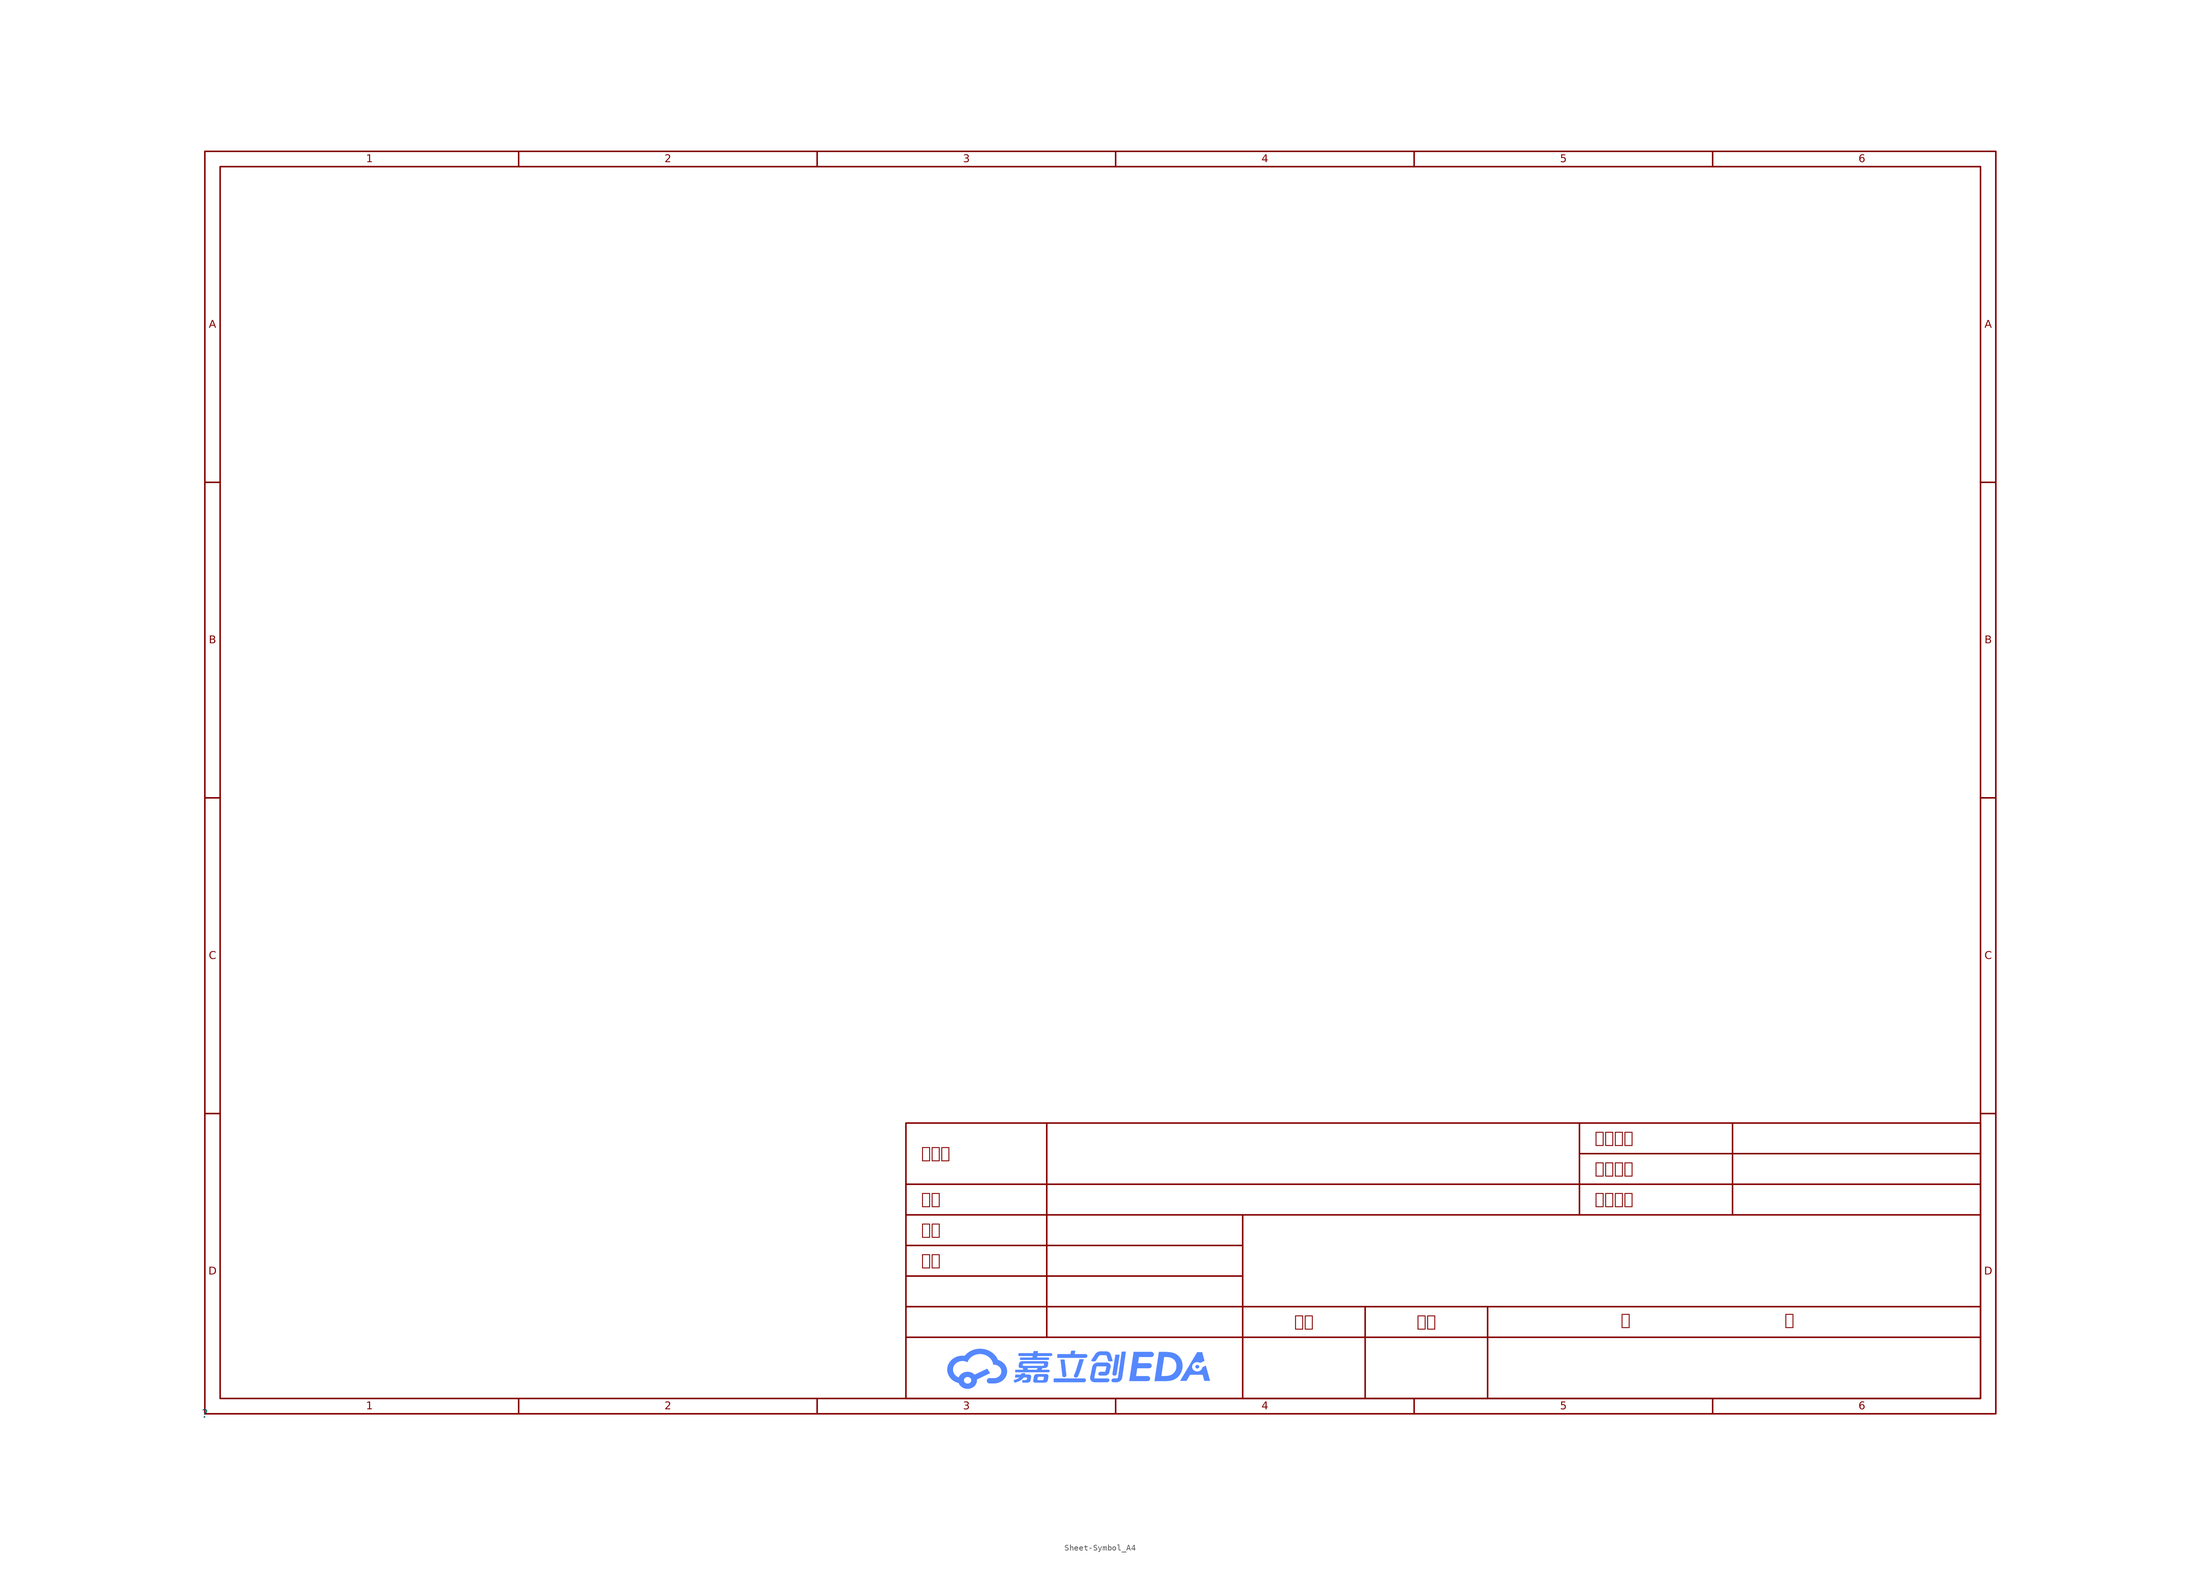
<source format=kicad_sym>
(kicad_symbol_lib
  (version 20241209)
  (generator "kicad_symbol_editor")
  (generator_version "9.0")
  (symbol "Sheet-Symbol_A4"
    (property "Reference" ""
      (at 0 0 0)
      (effects (font (size 1.27 1.27))))
    (property "Value" ""
      (at 0 0 0)
      (effects (font (size 1.27 1.27))))
    (symbol "Sheet-Symbol_A4_0_0"
      (polyline (pts (xy 128.785 10.797) (xy 128.931 10.788) (xy 129.076 10.773) (xy 129.22 10.752) (xy 129.362 10.725) (xy 129.501 10.692) (xy 129.64 10.653) (xy 129.775 10.609) (xy 129.909 10.56) (xy 130.04 10.504) (xy 130.168 10.444) (xy 130.293 10.377) (xy 130.415 10.306) (xy 130.534 10.229) (xy 130.649 10.148) (xy 130.761 10.06) (xy 130.831 10.002) (xy 130.899 9.941) (xy 130.965 9.879) (xy 131.028 9.815) (xy 131.089 9.749) (xy 131.148 9.682) (xy 131.205 9.613) (xy 131.259 9.543) (xy 131.311 9.472) (xy 131.36 9.399) (xy 131.407 9.325) (xy 131.452 9.25) (xy 131.494 9.173) (xy 131.534 9.096) (xy 131.571 9.018) (xy 131.605 8.939) (xy 131.769 8.886) (xy 131.927 8.821) (xy 132.077 8.746) (xy 132.221 8.66) (xy 132.356 8.565) (xy 132.482 8.46) (xy 132.599 8.348) (xy 132.706 8.226) (xy 132.802 8.098) (xy 132.887 7.962) (xy 132.961 7.82) (xy 133.021 7.672) (xy 133.069 7.519) (xy 133.088 7.44) (xy 133.103 7.36) (xy 133.114 7.279) (xy 133.122 7.197) (xy 133.126 7.115) (xy 133.127 7.031) (xy 133.124 6.937) (xy 133.117 6.843) (xy 133.105 6.75) (xy 133.089 6.659) (xy 133.067 6.568) (xy 133.041 6.478) (xy 133.011 6.389) (xy 132.976 6.303) (xy 132.937 6.217) (xy 132.893 6.133) (xy 132.845 6.052) (xy 132.793 5.972) (xy 132.737 5.894) (xy 132.676 5.818) (xy 132.612 5.745) (xy 132.543 5.674) (xy 132.472 5.607) (xy 132.397 5.543) (xy 132.32 5.482) (xy 132.24 5.425) (xy 132.157 5.371) (xy 132.072 5.321) (xy 131.985 5.275) (xy 131.895 5.233) (xy 131.804 5.194) (xy 131.71 5.16) (xy 131.615 5.129) (xy 131.518 5.102) (xy 131.42 5.08) (xy 131.32 5.061) (xy 131.219 5.047) (xy 131.117 5.037) (xy 131.076 5.034) (xy 131.034 5.034) (xy 130.199 5.034) (xy 130.199 5.039) (xy 130.175 5.041) (xy 130.152 5.045) (xy 130.13 5.049) (xy 130.107 5.054) (xy 130.085 5.06) (xy 130.064 5.067) (xy 130.043 5.075) (xy 130.023 5.084) (xy 130.003 5.093) (xy 129.983 5.104) (xy 129.964 5.115) (xy 129.946 5.127) (xy 129.929 5.139) (xy 129.912 5.152) (xy 129.895 5.166) (xy 129.88 5.181) (xy 129.865 5.196) (xy 129.851 5.212) (xy 129.838 5.228) (xy 129.825 5.245) (xy 129.814 5.263) (xy 129.803 5.281) (xy 129.793 5.299) (xy 129.784 5.318) (xy 129.776 5.337) (xy 129.769 5.357) (xy 129.763 5.377) (xy 129.758 5.398) (xy 129.755 5.419) (xy 129.752 5.44) (xy 129.75 5.461) (xy 129.75 5.483) (xy 129.75 5.506) (xy 129.752 5.529) (xy 129.755 5.551) (xy 129.76 5.573) (xy 129.765 5.595) (xy 129.772 5.616) (xy 129.78 5.636) (xy 129.788 5.657) (xy 129.798 5.676) (xy 129.809 5.696) (xy 129.821 5.715) (xy 129.834 5.733) (xy 129.848 5.75) (xy 129.862 5.767) (xy 129.878 5.783) (xy 129.894 5.799) (xy 129.911 5.813) (xy 129.929 5.827) (xy 129.948 5.841) (xy 129.967 5.853) (xy 129.987 5.865) (xy 130.007 5.875) (xy 130.029 5.885) (xy 130.05 5.894) (xy 130.073 5.902) (xy 130.095 5.909) (xy 130.119 5.915) (xy 130.142 5.92) (xy 130.166 5.924) (xy 130.191 5.927) (xy 130.215 5.929) (xy 130.24 5.929) (xy 130.253 5.929) (xy 130.266 5.929) (xy 130.278 5.928) (xy 130.29 5.928) (xy 130.302 5.926) (xy 130.314 5.925) (xy 130.326 5.923) (xy 130.338 5.92) (xy 131.041 5.92) (xy 131.1 5.926) (xy 131.157 5.935) (xy 131.214 5.945) (xy 131.27 5.958) (xy 131.324 5.974) (xy 131.378 5.991) (xy 131.43 6.011) (xy 131.481 6.033) (xy 131.531 6.057) (xy 131.579 6.083) (xy 131.626 6.11) (xy 131.672 6.14) (xy 131.716 6.171) (xy 131.758 6.205) (xy 131.798 6.239) (xy 131.837 6.276) (xy 131.874 6.314) (xy 131.909 6.354) (xy 131.942 6.394) (xy 131.973 6.437) (xy 132.002 6.481) (xy 132.029 6.526) (xy 132.053 6.572) (xy 132.075 6.619) (xy 132.095 6.667) (xy 132.113 6.717) (xy 132.127 6.767) (xy 132.14 6.818) (xy 132.149 6.87) (xy 132.156 6.923) (xy 132.161 6.977) (xy 132.162 7.031) (xy 132.161 7.088) (xy 132.156 7.145) (xy 132.148 7.201) (xy 132.137 7.256) (xy 132.124 7.309) (xy 132.107 7.362) (xy 132.088 7.414) (xy 132.066 7.465) (xy 132.042 7.514) (xy 132.015 7.562) (xy 131.985 7.609) (xy 131.953 7.654) (xy 131.919 7.698) (xy 131.883 7.74) (xy 131.844 7.78) (xy 131.804 7.819) (xy 131.761 7.856) (xy 131.717 7.891) (xy 131.671 7.924) (xy 131.623 7.955) (xy 131.573 7.984) (xy 131.522 8.011) (xy 131.469 8.036) (xy 131.414 8.058) (xy 131.359 8.078) (xy 131.302 8.096) (xy 131.243 8.111) (xy 131.184 8.123) (xy 131.124 8.133) (xy 131.062 8.14) (xy 131 8.145) (xy 130.936 8.146) (xy 130.906 8.146) (xy 130.891 8.146) (xy 130.876 8.145) (xy 130.861 8.145) (xy 130.846 8.144) (xy 130.831 8.143) (xy 130.817 8.142) (xy 130.803 8.235) (xy 130.784 8.326) (xy 130.762 8.416) (xy 130.734 8.505) (xy 130.702 8.591) (xy 130.667 8.676) (xy 130.627 8.759) (xy 130.583 8.84) (xy 130.535 8.919) (xy 130.483 8.996) (xy 130.428 9.07) (xy 130.37 9.142) (xy 130.308 9.212) (xy 130.242 9.278) (xy 130.174 9.342) (xy 130.102 9.404) (xy 130.028 9.462) (xy 129.95 9.517) (xy 129.87 9.569) (xy 129.787 9.618) (xy 129.702 9.664) (xy 129.614 9.706) (xy 129.524 9.744) (xy 129.432 9.779) (xy 129.338 9.811) (xy 129.242 9.838) (xy 129.144 9.861) (xy 129.045 9.881) (xy 128.943 9.896) (xy 128.841 9.907) (xy 128.737 9.914) (xy 128.631 9.916) (xy 128.54 9.914) (xy 128.451 9.909) (xy 128.362 9.901) (xy 128.274 9.89) (xy 128.188 9.876) (xy 128.102 9.858) (xy 128.018 9.838) (xy 127.936 9.814) (xy 127.854 9.788) (xy 127.775 9.759) (xy 127.697 9.727) (xy 127.62 9.693) (xy 127.545 9.656) (xy 127.472 9.616) (xy 127.401 9.574) (xy 127.332 9.53) (xy 127.264 9.483) (xy 127.199 9.434) (xy 127.136 9.383) (xy 127.075 9.33) (xy 127.017 9.274) (xy 126.96 9.217) (xy 126.907 9.158) (xy 126.855 9.096) (xy 126.807 9.033) (xy 126.76 8.968) (xy 126.717 8.902) (xy 126.676 8.834) (xy 126.639 8.764) (xy 126.604 8.693) (xy 126.572 8.62) (xy 126.543 8.546) (xy 126.497 8.571) (xy 126.451 8.595) (xy 126.403 8.617) (xy 126.354 8.637) (xy 126.305 8.657) (xy 126.255 8.674) (xy 126.204 8.691) (xy 126.152 8.705) (xy 126.099 8.718) (xy 126.046 8.729) (xy 125.992 8.739) (xy 125.937 8.747) (xy 125.882 8.753) (xy 125.826 8.758) (xy 125.77 8.76) (xy 125.713 8.761) (xy 125.632 8.759) (xy 125.553 8.754) (xy 125.475 8.745) (xy 125.397 8.732) (xy 125.322 8.716) (xy 125.247 8.697) (xy 125.175 8.675) (xy 125.104 8.649) (xy 125.034 8.62) (xy 124.967 8.589) (xy 124.901 8.555) (xy 124.838 8.518) (xy 124.776 8.478) (xy 124.717 8.435) (xy 124.66 8.391) (xy 124.606 8.343) (xy 124.554 8.294) (xy 124.505 8.242) (xy 124.459 8.188) (xy 124.415 8.133) (xy 124.374 8.075) (xy 124.337 8.015) (xy 124.302 7.954) (xy 124.271 7.891) (xy 124.243 7.826) (xy 124.218 7.76) (xy 124.197 7.693) (xy 124.179 7.624) (xy 124.166 7.554) (xy 124.156 7.483) (xy 124.15 7.411) (xy 124.148 7.338) (xy 124.149 7.283) (xy 124.152 7.229) (xy 124.157 7.176) (xy 124.165 7.123) (xy 124.175 7.071) (xy 124.187 7.019) (xy 124.201 6.968) (xy 124.216 6.918) (xy 124.234 6.869) (xy 124.254 6.821) (xy 124.275 6.773) (xy 124.299 6.726) (xy 124.324 6.681) (xy 124.351 6.636) (xy 124.379 6.592) (xy 124.409 6.549) (xy 124.441 6.507) (xy 124.475 6.467) (xy 124.51 6.427) (xy 124.546 6.389) (xy 124.584 6.352) (xy 124.623 6.316) (xy 124.664 6.281) (xy 124.706 6.248) (xy 124.749 6.216) (xy 124.794 6.186) (xy 124.84 6.157) (xy 124.886 6.129) (xy 124.935 6.103) (xy 124.984 6.078) (xy 125.034 6.055) (xy 125.085 6.034) (xy 125.13 6.135) (xy 125.183 6.232) (xy 125.244 6.324) (xy 125.312 6.412) (xy 125.386 6.495) (xy 125.468 6.573) (xy 125.555 6.645) (xy 125.648 6.71) (xy 125.747 6.77) (xy 125.851 6.822) (xy 125.959 6.868) (xy 126.072 6.905) (xy 126.189 6.936) (xy 126.308 6.957) (xy 126.432 6.971) (xy 126.558 6.976) (xy 126.645 6.973) (xy 126.73 6.967) (xy 126.815 6.956) (xy 126.898 6.941) (xy 126.979 6.923) (xy 127.058 6.9) (xy 127.136 6.874) (xy 127.212 6.844) (xy 127.285 6.811) (xy 127.356 6.774) (xy 127.425 6.734) (xy 127.492 6.692) (xy 127.556 6.646) (xy 127.617 6.597) (xy 127.675 6.545) (xy 127.73 6.491) (xy 129.825 7.493) (xy 130.304 6.738) (xy 128.113 5.692) (xy 128.115 5.675) (xy 128.117 5.658) (xy 128.118 5.64) (xy 128.119 5.623) (xy 128.12 5.606) (xy 128.12 5.588) (xy 128.121 5.571) (xy 128.121 5.554) (xy 128.119 5.481) (xy 128.113 5.409) (xy 128.103 5.338) (xy 128.089 5.269) (xy 128.071 5.2) (xy 128.05 5.133) (xy 128.026 5.067) (xy 127.998 5.003) (xy 127.966 4.94) (xy 127.932 4.878) (xy 127.894 4.819) (xy 127.854 4.761) (xy 127.81 4.706) (xy 127.764 4.652) (xy 127.715 4.601) (xy 127.663 4.551) (xy 127.609 4.504) (xy 127.552 4.46) (xy 127.493 4.417) (xy 127.432 4.378) (xy 127.368 4.341) (xy 127.303 4.307) (xy 127.236 4.275) (xy 127.167 4.247) (xy 127.096 4.221) (xy 127.023 4.199) (xy 126.95 4.18) (xy 126.874 4.164) (xy 126.797 4.151) (xy 126.719 4.142) (xy 126.64 4.137) (xy 126.56 4.135) (xy 126.496 4.136) (xy 126.433 4.14) (xy 126.37 4.145) (xy 126.308 4.153) (xy 126.247 4.164) (xy 126.187 4.176) (xy 126.127 4.191) (xy 126.069 4.207) (xy 126.011 4.226) (xy 125.955 4.246) (xy 125.899 4.269) (xy 125.845 4.293) (xy 125.792 4.319) (xy 125.74 4.347) (xy 125.69 4.377) (xy 125.641 4.408) (xy 125.593 4.441) (xy 125.547 4.476) (xy 125.502 4.512) (xy 125.459 4.55) (xy 125.417 4.589) (xy 125.377 4.63) (xy 125.339 4.672) (xy 125.303 4.715) (xy 125.268 4.759) (xy 125.235 4.805) (xy 125.204 4.852) (xy 125.175 4.9) (xy 125.148 4.949) (xy 125.124 5) (xy 125.101 5.051) (xy 125.08 5.103) (xy 124.992 5.126) (xy 124.904 5.151) (xy 124.817 5.18) (xy 124.732 5.211) (xy 124.648 5.245) (xy 124.566 5.281) (xy 124.485 5.32) (xy 124.406 5.362) (xy 124.328 5.407) (xy 124.252 5.454) (xy 124.177 5.504) (xy 124.105 5.556) (xy 124.101 5.559) (xy 125.962 5.559) (xy 125.963 5.53) (xy 125.965 5.502) (xy 125.969 5.475) (xy 125.974 5.448) (xy 125.981 5.421) (xy 125.989 5.395) (xy 125.999 5.369) (xy 126.01 5.344) (xy 126.022 5.32) (xy 126.035 5.296) (xy 126.049 5.274) (xy 126.065 5.251) (xy 126.082 5.23) (xy 126.1 5.209) (xy 126.119 5.189) (xy 126.139 5.17) (xy 126.16 5.152) (xy 126.182 5.135) (xy 126.205 5.119) (xy 126.228 5.103) (xy 126.253 5.089) (xy 126.278 5.076) (xy 126.304 5.064) (xy 126.331 5.053) (xy 126.358 5.043) (xy 126.386 5.035) (xy 126.415 5.027) (xy 126.444 5.021) (xy 126.474 5.016) (xy 126.504 5.013) (xy 126.534 5.011) (xy 126.565 5.01) (xy 126.596 5.011) (xy 126.627 5.013) (xy 126.657 5.016) (xy 126.687 5.021) (xy 126.716 5.027) (xy 126.745 5.035) (xy 126.773 5.043) (xy 126.8 5.053) (xy 126.827 5.064) (xy 126.853 5.076) (xy 126.879 5.09) (xy 126.903 5.104) (xy 126.927 5.119) (xy 126.949 5.136) (xy 126.971 5.153) (xy 126.992 5.171) (xy 127.012 5.19) (xy 127.031 5.21) (xy 127.049 5.231) (xy 127.066 5.252) (xy 127.081 5.274) (xy 127.096 5.297) (xy 127.109 5.321) (xy 127.121 5.345) (xy 127.132 5.37) (xy 127.141 5.396) (xy 127.149 5.422) (xy 127.156 5.448) (xy 127.161 5.475) (xy 127.165 5.503) (xy 127.168 5.53) (xy 127.168 5.559) (xy 127.168 5.587) (xy 127.165 5.615) (xy 127.161 5.642) (xy 127.156 5.67) (xy 127.149 5.696) (xy 127.141 5.722) (xy 127.132 5.748) (xy 127.121 5.773) (xy 127.109 5.797) (xy 127.095 5.821) (xy 127.081 5.844) (xy 127.065 5.866) (xy 127.048 5.887) (xy 127.03 5.908) (xy 127.011 5.928) (xy 126.991 5.947) (xy 126.97 5.965) (xy 126.948 5.982) (xy 126.926 5.998) (xy 126.902 6.014) (xy 126.877 6.028) (xy 126.852 6.041) (xy 126.826 6.053) (xy 126.799 6.064) (xy 126.772 6.074) (xy 126.744 6.083) (xy 126.716 6.09) (xy 126.686 6.096) (xy 126.657 6.101) (xy 126.627 6.104) (xy 126.596 6.106) (xy 126.565 6.107) (xy 126.534 6.106) (xy 126.504 6.104) (xy 126.474 6.101) (xy 126.444 6.096) (xy 126.415 6.09) (xy 126.386 6.082) (xy 126.358 6.074) (xy 126.331 6.064) (xy 126.304 6.053) (xy 126.278 6.041) (xy 126.253 6.027) (xy 126.228 6.013) (xy 126.205 5.998) (xy 126.182 5.981) (xy 126.16 5.964) (xy 126.139 5.946) (xy 126.119 5.927) (xy 126.1 5.907) (xy 126.082 5.886) (xy 126.065 5.865) (xy 126.049 5.843) (xy 126.035 5.82) (xy 126.022 5.796) (xy 126.01 5.772) (xy 125.999 5.747) (xy 125.989 5.721) (xy 125.981 5.695) (xy 125.974 5.669) (xy 125.969 5.642) (xy 125.965 5.614) (xy 125.963 5.587) (xy 125.962 5.559) (xy 124.101 5.559) (xy 124.034 5.611) (xy 123.966 5.668) (xy 123.899 5.727) (xy 123.835 5.79) (xy 123.758 5.871) (xy 123.686 5.955) (xy 123.618 6.042) (xy 123.555 6.131) (xy 123.496 6.222) (xy 123.442 6.316) (xy 123.393 6.411) (xy 123.349 6.508) (xy 123.31 6.608) (xy 123.276 6.708) (xy 123.247 6.811) (xy 123.223 6.914) (xy 123.205 7.018) (xy 123.191 7.124) (xy 123.183 7.23) (xy 123.18 7.338) (xy 123.184 7.452) (xy 123.193 7.566) (xy 123.208 7.679) (xy 123.23 7.791) (xy 123.257 7.901) (xy 123.29 8.009) (xy 123.329 8.116) (xy 123.373 8.22) (xy 123.424 8.323) (xy 123.479 8.423) (xy 123.54 8.521) (xy 123.607 8.616) (xy 123.679 8.708) (xy 123.756 8.798) (xy 123.838 8.884) (xy 123.925 8.968) (xy 124.016 9.047) (xy 124.111 9.123) (xy 124.209 9.193) (xy 124.311 9.258) (xy 124.415 9.319) (xy 124.523 9.374) (xy 124.633 9.425) (xy 124.746 9.47) (xy 124.861 9.511) (xy 124.978 9.546) (xy 125.097 9.576) (xy 125.218 9.601) (xy 125.341 9.62) (xy 125.465 9.634) (xy 125.591 9.642) (xy 125.718 9.645) (xy 125.763 9.645) (xy 125.809 9.644) (xy 125.854 9.642) (xy 125.899 9.64) (xy 125.944 9.637) (xy 125.989 9.633) (xy 126.034 9.628) (xy 126.079 9.623) (xy 126.115 9.667) (xy 126.152 9.71) (xy 126.19 9.752) (xy 126.229 9.794) (xy 126.269 9.836) (xy 126.31 9.876) (xy 126.351 9.916) (xy 126.394 9.955) (xy 126.437 9.994) (xy 126.481 10.031) (xy 126.526 10.069) (xy 126.572 10.105) (xy 126.618 10.14) (xy 126.666 10.175) (xy 126.714 10.209) (xy 126.763 10.243) (xy 126.867 10.309) (xy 126.973 10.371) (xy 127.081 10.429) (xy 127.191 10.483) (xy 127.303 10.533) (xy 127.417 10.579) (xy 127.533 10.621) (xy 127.65 10.658) (xy 127.769 10.691) (xy 127.89 10.72) (xy 128.012 10.744) (xy 128.135 10.764) (xy 128.259 10.78) (xy 128.385 10.791) (xy 128.511 10.798) (xy 128.638 10.8) (xy 128.785 10.797)) (stroke (width -0.0001) (type solid)) (fill (type color) (color 85 136 255 1)))
      (polyline (pts (xy 136.084 6.516) (xy 136.663 6.516) (xy 136.696 6.515) (xy 136.728 6.514) (xy 136.758 6.512) (xy 136.787 6.508) (xy 136.815 6.504) (xy 136.842 6.499) (xy 136.867 6.493) (xy 136.892 6.486) (xy 136.914 6.479) (xy 136.936 6.47) (xy 136.957 6.46) (xy 136.976 6.449) (xy 136.994 6.438) (xy 137.01 6.425) (xy 137.026 6.412) (xy 137.04 6.397) (xy 137.053 6.381) (xy 137.065 6.365) (xy 137.075 6.348) (xy 137.084 6.329) (xy 137.092 6.31) (xy 137.099 6.29) (xy 137.105 6.268) (xy 137.109 6.246) (xy 137.112 6.223) (xy 137.114 6.198) (xy 137.115 6.173) (xy 137.114 6.147) (xy 137.112 6.12) (xy 137.109 6.091) (xy 137.105 6.062) (xy 137.1 6.032) (xy 137.022 5.619) (xy 137.018 5.588) (xy 137.014 5.56) (xy 137.009 5.532) (xy 137.002 5.506) (xy 136.995 5.481) (xy 136.987 5.456) (xy 136.978 5.433) (xy 136.968 5.412) (xy 136.956 5.391) (xy 136.944 5.371) (xy 136.93 5.352) (xy 136.916 5.335) (xy 136.9 5.318) (xy 136.884 5.302) (xy 136.866 5.287) (xy 136.847 5.273) (xy 136.827 5.261) (xy 136.806 5.248) (xy 136.784 5.237) (xy 136.76 5.227) (xy 136.735 5.218) (xy 136.709 5.209) (xy 136.682 5.201) (xy 136.654 5.194) (xy 136.624 5.188) (xy 136.593 5.182) (xy 136.527 5.173) (xy 136.456 5.167) (xy 136.38 5.163) (xy 135.647 5.163) (xy 135.647 5.59) (xy 136.101 5.59) (xy 136.135 5.59) (xy 136.167 5.592) (xy 136.196 5.596) (xy 136.223 5.6) (xy 136.247 5.606) (xy 136.27 5.612) (xy 136.29 5.62) (xy 136.309 5.629) (xy 136.326 5.639) (xy 136.34 5.65) (xy 136.354 5.661) (xy 136.366 5.674) (xy 136.376 5.687) (xy 136.385 5.701) (xy 136.393 5.716) (xy 136.399 5.732) (xy 136.431 5.861) (xy 136.434 5.871) (xy 136.435 5.881) (xy 136.437 5.891) (xy 136.438 5.9) (xy 136.438 5.91) (xy 136.437 5.918) (xy 136.436 5.927) (xy 136.434 5.935) (xy 136.432 5.943) (xy 136.428 5.95) (xy 136.425 5.958) (xy 136.42 5.965) (xy 136.415 5.971) (xy 136.409 5.977) (xy 136.403 5.983) (xy 136.396 5.989) (xy 136.388 5.994) (xy 136.38 5.999) (xy 136.371 6.003) (xy 136.362 6.007) (xy 136.351 6.011) (xy 136.34 6.015) (xy 136.329 6.018) (xy 136.317 6.021) (xy 136.304 6.023) (xy 136.291 6.026) (xy 136.276 6.027) (xy 136.262 6.029) (xy 136.246 6.03) (xy 136.23 6.031) (xy 136.214 6.031) (xy 136.196 6.032) (xy 135.884 6.032) (xy 135.826 5.954) (xy 135.765 5.88) (xy 135.699 5.81) (xy 135.629 5.744) (xy 135.554 5.681) (xy 135.475 5.621) (xy 135.391 5.565) (xy 135.301 5.511) (xy 135.206 5.459) (xy 135.106 5.41) (xy 134.999 5.363) (xy 134.886 5.318) (xy 134.767 5.274) (xy 134.641 5.231) (xy 134.507 5.19) (xy 134.367 5.15) (xy 134.179 5.576) (xy 134.354 5.627) (xy 134.505 5.673) (xy 134.573 5.696) (xy 134.637 5.718) (xy 134.697 5.741) (xy 134.754 5.765) (xy 134.809 5.789) (xy 134.861 5.815) (xy 134.912 5.843) (xy 134.963 5.873) (xy 135.013 5.905) (xy 135.063 5.939) (xy 135.114 5.977) (xy 135.166 6.018) (xy 134.416 6.018) (xy 134.494 6.502) (xy 135.417 6.502) (xy 135.418 6.505) (xy 135.418 6.51) (xy 135.419 6.514) (xy 135.42 6.52) (xy 135.424 6.535) (xy 135.429 6.552) (xy 135.432 6.562) (xy 135.435 6.572) (xy 135.439 6.583) (xy 135.443 6.594) (xy 135.448 6.606) (xy 135.453 6.619) (xy 135.458 6.631) (xy 135.464 6.645) (xy 135.465 6.65) (xy 135.467 6.655) (xy 135.469 6.66) (xy 135.471 6.665) (xy 135.474 6.67) (xy 135.477 6.675) (xy 135.48 6.68) (xy 135.483 6.685) (xy 135.487 6.689) (xy 135.49 6.693) (xy 135.494 6.697) (xy 135.498 6.702) (xy 135.503 6.705) (xy 135.507 6.709) (xy 135.512 6.713) (xy 135.516 6.716) (xy 135.521 6.72) (xy 135.526 6.723) (xy 135.531 6.725) (xy 135.537 6.728) (xy 135.542 6.731) (xy 135.547 6.733) (xy 135.553 6.735) (xy 135.559 6.737) (xy 135.564 6.739) (xy 135.57 6.74) (xy 135.576 6.742) (xy 135.582 6.743) (xy 135.588 6.743) (xy 135.594 6.744) (xy 135.6 6.744) (xy 135.606 6.745) (xy 136.153 6.745) (xy 136.084 6.516)) (stroke (width -0.0001) (type solid)) (fill (type color) (color 85 136 255 1)))
      (polyline (pts (xy 138.196 10.069) (xy 140.355 10.069) (xy 140.37 10.069) (xy 140.384 10.068) (xy 140.398 10.066) (xy 140.412 10.063) (xy 140.426 10.06) (xy 140.439 10.056) (xy 140.452 10.052) (xy 140.465 10.047) (xy 140.477 10.041) (xy 140.489 10.035) (xy 140.501 10.028) (xy 140.512 10.02) (xy 140.523 10.012) (xy 140.533 10.004) (xy 140.543 9.995) (xy 140.552 9.986) (xy 140.561 9.976) (xy 140.57 9.965) (xy 140.577 9.954) (xy 140.585 9.943) (xy 140.591 9.932) (xy 140.598 9.92) (xy 140.603 9.908) (xy 140.608 9.895) (xy 140.612 9.882) (xy 140.616 9.869) (xy 140.618 9.856) (xy 140.62 9.842) (xy 140.622 9.828) (xy 140.623 9.814) (xy 140.622 9.8) (xy 140.621 9.785) (xy 140.62 9.774) (xy 140.618 9.764) (xy 140.615 9.754) (xy 140.612 9.744) (xy 140.608 9.734) (xy 140.603 9.725) (xy 140.599 9.715) (xy 140.594 9.706) (xy 140.588 9.697) (xy 140.582 9.688) (xy 140.575 9.68) (xy 140.568 9.672) (xy 140.561 9.664) (xy 140.553 9.657) (xy 140.544 9.649) (xy 140.536 9.643) (xy 140.527 9.636) (xy 140.518 9.63) (xy 140.508 9.624) (xy 140.498 9.618) (xy 140.487 9.613) (xy 140.477 9.609) (xy 140.466 9.604) (xy 140.454 9.601) (xy 140.443 9.597) (xy 140.431 9.594) (xy 140.419 9.591) (xy 140.407 9.589) (xy 140.394 9.587) (xy 140.381 9.586) (xy 140.368 9.585) (xy 140.355 9.585) (xy 138.133 9.585) (xy 138.087 9.343) (xy 139.886 9.343) (xy 139.899 9.343) (xy 139.912 9.342) (xy 139.925 9.34) (xy 139.938 9.338) (xy 139.95 9.335) (xy 139.962 9.332) (xy 139.973 9.328) (xy 139.984 9.323) (xy 139.995 9.318) (xy 140.006 9.313) (xy 140.016 9.307) (xy 140.026 9.3) (xy 140.035 9.294) (xy 140.044 9.286) (xy 140.052 9.278) (xy 140.06 9.27) (xy 140.068 9.262) (xy 140.075 9.253) (xy 140.081 9.244) (xy 140.087 9.234) (xy 140.092 9.224) (xy 140.097 9.214) (xy 140.101 9.204) (xy 140.104 9.193) (xy 140.107 9.182) (xy 140.109 9.171) (xy 140.11 9.16) (xy 140.111 9.148) (xy 140.111 9.137) (xy 140.11 9.125) (xy 140.108 9.113) (xy 140.106 9.101) (xy 140.105 9.092) (xy 140.102 9.083) (xy 140.1 9.074) (xy 140.097 9.065) (xy 140.094 9.056) (xy 140.09 9.048) (xy 140.086 9.04) (xy 140.081 9.032) (xy 140.076 9.024) (xy 140.071 9.017) (xy 140.065 9.01) (xy 140.059 9.003) (xy 140.053 8.996) (xy 140.046 8.99) (xy 140.039 8.984) (xy 140.032 8.978) (xy 140.024 8.973) (xy 140.017 8.967) (xy 140.008 8.962) (xy 140 8.958) (xy 139.992 8.954) (xy 139.983 8.95) (xy 139.974 8.946) (xy 139.965 8.943) (xy 139.956 8.94) (xy 139.946 8.937) (xy 139.936 8.935) (xy 139.927 8.933) (xy 139.917 8.932) (xy 139.907 8.931) (xy 139.897 8.93) (xy 139.886 8.93) (xy 135.381 8.93) (xy 135.372 8.93) (xy 135.364 8.931) (xy 135.356 8.932) (xy 135.347 8.933) (xy 135.34 8.935) (xy 135.332 8.937) (xy 135.325 8.94) (xy 135.317 8.942) (xy 135.31 8.946) (xy 135.304 8.949) (xy 135.298 8.953) (xy 135.291 8.957) (xy 135.286 8.961) (xy 135.28 8.966) (xy 135.275 8.971) (xy 135.27 8.976) (xy 135.265 8.982) (xy 135.261 8.987) (xy 135.257 8.993) (xy 135.253 8.999) (xy 135.25 9.005) (xy 135.247 9.012) (xy 135.244 9.019) (xy 135.242 9.025) (xy 135.24 9.033) (xy 135.239 9.04) (xy 135.238 9.047) (xy 135.237 9.055) (xy 135.237 9.062) (xy 135.237 9.07) (xy 135.238 9.078) (xy 135.239 9.085) (xy 135.286 9.341) (xy 137.32 9.341) (xy 137.366 9.583) (xy 135.129 9.583) (xy 135.121 9.584) (xy 135.112 9.585) (xy 135.104 9.586) (xy 135.095 9.588) (xy 135.087 9.591) (xy 135.079 9.594) (xy 135.071 9.597) (xy 135.064 9.6) (xy 135.056 9.604) (xy 135.049 9.608) (xy 135.042 9.613) (xy 135.035 9.617) (xy 135.029 9.623) (xy 135.023 9.628) (xy 135.017 9.633) (xy 135.011 9.639) (xy 135.006 9.645) (xy 135.001 9.651) (xy 134.996 9.657) (xy 134.992 9.664) (xy 134.988 9.67) (xy 134.985 9.677) (xy 134.982 9.684) (xy 134.979 9.69) (xy 134.977 9.697) (xy 134.975 9.704) (xy 134.974 9.711) (xy 134.973 9.718) (xy 134.973 9.725) (xy 134.973 9.732) (xy 134.974 9.738) (xy 134.975 9.745) (xy 135.039 10.072) (xy 137.447 10.072) (xy 137.478 10.298) (xy 137.48 10.305) (xy 137.482 10.311) (xy 137.484 10.317) (xy 137.486 10.323) (xy 137.489 10.329) (xy 137.492 10.335) (xy 137.495 10.341) (xy 137.498 10.346) (xy 137.501 10.351) (xy 137.505 10.356) (xy 137.509 10.361) (xy 137.513 10.365) (xy 137.517 10.37) (xy 137.522 10.374) (xy 137.526 10.378) (xy 137.531 10.381) (xy 137.536 10.385) (xy 137.541 10.388) (xy 137.546 10.391) (xy 137.551 10.394) (xy 137.557 10.397) (xy 137.562 10.399) (xy 137.568 10.402) (xy 137.573 10.404) (xy 137.579 10.405) (xy 137.585 10.407) (xy 137.59 10.408) (xy 137.596 10.409) (xy 137.602 10.41) (xy 137.608 10.411) (xy 137.614 10.411) (xy 137.62 10.411) (xy 138.26 10.411) (xy 138.196 10.069)) (stroke (width -0.0001) (type solid)) (fill (type color) (color 85 136 255 1)))
      (polyline (pts (xy 139.529 8.736) (xy 139.561 8.735) (xy 139.591 8.733) (xy 139.621 8.73) (xy 139.649 8.726) (xy 139.676 8.722) (xy 139.701 8.716) (xy 139.726 8.71) (xy 139.749 8.703) (xy 139.77 8.695) (xy 139.791 8.686) (xy 139.81 8.677) (xy 139.828 8.666) (xy 139.845 8.655) (xy 139.861 8.643) (xy 139.876 8.63) (xy 139.889 8.616) (xy 139.901 8.602) (xy 139.912 8.586) (xy 139.922 8.57) (xy 139.93 8.553) (xy 139.938 8.535) (xy 139.944 8.517) (xy 139.949 8.497) (xy 139.953 8.476) (xy 139.956 8.455) (xy 139.958 8.433) (xy 139.958 8.41) (xy 139.958 8.386) (xy 139.956 8.362) (xy 139.954 8.337) (xy 139.95 8.31) (xy 139.903 8.039) (xy 139.893 7.985) (xy 139.885 7.959) (xy 139.877 7.934) (xy 139.868 7.909) (xy 139.858 7.886) (xy 139.846 7.863) (xy 139.834 7.842) (xy 139.82 7.821) (xy 139.805 7.801) (xy 139.79 7.782) (xy 139.773 7.763) (xy 139.755 7.746) (xy 139.736 7.73) (xy 139.716 7.714) (xy 139.695 7.699) (xy 139.672 7.685) (xy 139.649 7.672) (xy 139.625 7.66) (xy 139.6 7.649) (xy 139.573 7.639) (xy 139.546 7.629) (xy 139.488 7.613) (xy 139.426 7.6) (xy 139.359 7.591) (xy 139.289 7.586) (xy 139.215 7.584) (xy 138.98 7.584) (xy 138.977 7.573) (xy 138.973 7.562) (xy 138.968 7.551) (xy 138.963 7.54) (xy 138.957 7.529) (xy 138.95 7.518) (xy 138.936 7.494) (xy 138.905 7.443) (xy 138.888 7.415) (xy 138.87 7.384) (xy 138.867 7.379) (xy 138.863 7.373) (xy 138.859 7.368) (xy 138.855 7.363) (xy 138.851 7.358) (xy 138.847 7.353) (xy 138.842 7.348) (xy 138.838 7.343) (xy 138.833 7.338) (xy 138.829 7.334) (xy 138.821 7.326) (xy 138.813 7.319) (xy 138.807 7.313) (xy 139.964 7.313) (xy 139.978 7.313) (xy 139.991 7.312) (xy 140.004 7.31) (xy 140.016 7.307) (xy 140.029 7.304) (xy 140.041 7.301) (xy 140.053 7.296) (xy 140.065 7.291) (xy 140.077 7.286) (xy 140.088 7.28) (xy 140.098 7.273) (xy 140.108 7.266) (xy 140.118 7.259) (xy 140.128 7.251) (xy 140.137 7.243) (xy 140.145 7.234) (xy 140.153 7.226) (xy 140.16 7.216) (xy 140.166 7.207) (xy 140.172 7.197) (xy 140.178 7.188) (xy 140.182 7.177) (xy 140.186 7.167) (xy 140.189 7.157) (xy 140.192 7.146) (xy 140.193 7.135) (xy 140.194 7.125) (xy 140.194 7.114) (xy 140.193 7.103) (xy 140.191 7.092) (xy 140.188 7.082) (xy 140.184 7.071) (xy 140.183 7.061) (xy 140.18 7.05) (xy 140.178 7.04) (xy 140.174 7.031) (xy 140.171 7.021) (xy 140.167 7.012) (xy 140.162 7.003) (xy 140.157 6.994) (xy 140.151 6.986) (xy 140.145 6.978) (xy 140.139 6.97) (xy 140.133 6.963) (xy 140.126 6.956) (xy 140.118 6.949) (xy 140.111 6.942) (xy 140.103 6.936) (xy 140.095 6.931) (xy 140.086 6.925) (xy 140.077 6.92) (xy 140.068 6.915) (xy 140.05 6.907) (xy 140.031 6.899) (xy 140.011 6.894) (xy 139.991 6.89) (xy 139.981 6.888) (xy 139.97 6.888) (xy 139.96 6.887) (xy 139.95 6.887) (xy 134.585 6.887) (xy 134.577 6.887) (xy 134.57 6.888) (xy 134.563 6.888) (xy 134.556 6.89) (xy 134.548 6.892) (xy 134.541 6.894) (xy 134.534 6.896) (xy 134.528 6.899) (xy 134.521 6.902) (xy 134.514 6.906) (xy 134.508 6.91) (xy 134.502 6.914) (xy 134.496 6.918) (xy 134.49 6.923) (xy 134.484 6.928) (xy 134.479 6.933) (xy 134.474 6.938) (xy 134.469 6.944) (xy 134.465 6.95) (xy 134.461 6.956) (xy 134.457 6.962) (xy 134.454 6.969) (xy 134.451 6.975) (xy 134.448 6.982) (xy 134.446 6.989) (xy 134.444 6.997) (xy 134.443 7.004) (xy 134.442 7.011) (xy 134.441 7.019) (xy 134.441 7.027) (xy 134.442 7.034) (xy 134.443 7.042) (xy 134.489 7.313) (xy 135.818 7.313) (xy 135.815 7.316) (xy 135.812 7.319) (xy 135.809 7.322) (xy 135.806 7.326) (xy 135.804 7.33) (xy 135.801 7.334) (xy 135.795 7.343) (xy 135.789 7.353) (xy 135.783 7.363) (xy 135.777 7.373) (xy 135.772 7.384) (xy 135.748 7.474) (xy 135.742 7.499) (xy 135.737 7.525) (xy 135.731 7.554) (xy 135.725 7.584) (xy 136.507 7.584) (xy 136.53 7.494) (xy 136.536 7.469) (xy 136.542 7.443) (xy 136.547 7.415) (xy 136.553 7.384) (xy 136.559 7.373) (xy 136.564 7.363) (xy 136.57 7.353) (xy 136.576 7.343) (xy 136.579 7.338) (xy 136.582 7.334) (xy 136.585 7.33) (xy 136.588 7.326) (xy 136.591 7.322) (xy 136.594 7.319) (xy 136.597 7.316) (xy 136.599 7.313) (xy 138.023 7.313) (xy 138.03 7.319) (xy 138.038 7.326) (xy 138.047 7.334) (xy 138.051 7.338) (xy 138.056 7.343) (xy 138.06 7.348) (xy 138.065 7.353) (xy 138.069 7.358) (xy 138.073 7.363) (xy 138.077 7.368) (xy 138.08 7.373) (xy 138.084 7.379) (xy 138.087 7.384) (xy 138.099 7.401) (xy 138.111 7.419) (xy 138.123 7.439) (xy 138.136 7.462) (xy 138.15 7.487) (xy 138.164 7.516) (xy 138.18 7.548) (xy 138.196 7.584) (xy 136.507 7.584) (xy 135.725 7.584) (xy 135.491 7.584) (xy 135.457 7.585) (xy 135.425 7.586) (xy 135.395 7.588) (xy 135.365 7.591) (xy 135.337 7.595) (xy 135.311 7.599) (xy 135.285 7.604) (xy 135.261 7.611) (xy 135.238 7.618) (xy 135.216 7.626) (xy 135.195 7.634) (xy 135.176 7.644) (xy 135.158 7.654) (xy 135.141 7.666) (xy 135.125 7.678) (xy 135.111 7.691) (xy 135.097 7.704) (xy 135.085 7.719) (xy 135.074 7.734) (xy 135.065 7.751) (xy 135.056 7.768) (xy 135.048 7.786) (xy 135.042 7.804) (xy 135.037 7.824) (xy 135.033 7.844) (xy 135.03 7.866) (xy 135.029 7.888) (xy 135.028 7.91) (xy 135.028 7.934) (xy 135.03 7.959) (xy 135.033 7.984) (xy 135.036 8.011) (xy 135.049 8.083) (xy 135.722 8.083) (xy 135.723 8.074) (xy 135.723 8.065) (xy 135.724 8.056) (xy 135.725 8.048) (xy 135.727 8.04) (xy 135.729 8.033) (xy 135.731 8.026) (xy 135.734 8.019) (xy 135.737 8.012) (xy 135.74 8.006) (xy 135.743 8) (xy 135.747 7.995) (xy 135.751 7.99) (xy 135.756 7.985) (xy 135.761 7.981) (xy 135.766 7.976) (xy 135.771 7.973) (xy 135.777 7.969) (xy 135.783 7.966) (xy 135.789 7.963) (xy 135.796 7.961) (xy 135.802 7.959) (xy 135.81 7.957) (xy 135.817 7.955) (xy 135.825 7.954) (xy 135.833 7.953) (xy 135.841 7.953) (xy 135.85 7.953) (xy 139.041 7.953) (xy 139.052 7.953) (xy 139.061 7.953) (xy 139.071 7.954) (xy 139.08 7.955) (xy 139.089 7.957) (xy 139.098 7.959) (xy 139.107 7.961) (xy 139.115 7.963) (xy 139.123 7.966) (xy 139.131 7.97) (xy 139.138 7.973) (xy 139.145 7.977) (xy 139.152 7.981) (xy 139.159 7.986) (xy 139.165 7.991) (xy 139.171 7.996) (xy 139.177 8.001) (xy 139.182 8.007) (xy 139.188 8.013) (xy 139.192 8.02) (xy 139.197 8.027) (xy 139.201 8.034) (xy 139.206 8.041) (xy 139.209 8.049) (xy 139.213 8.057) (xy 139.216 8.066) (xy 139.222 8.084) (xy 139.226 8.103) (xy 139.229 8.124) (xy 139.244 8.224) (xy 139.245 8.23) (xy 139.246 8.237) (xy 139.247 8.243) (xy 139.247 8.249) (xy 139.246 8.255) (xy 139.246 8.261) (xy 139.245 8.266) (xy 139.244 8.271) (xy 139.242 8.277) (xy 139.24 8.281) (xy 139.237 8.286) (xy 139.235 8.291) (xy 139.232 8.295) (xy 139.228 8.299) (xy 139.224 8.303) (xy 139.22 8.307) (xy 139.215 8.31) (xy 139.21 8.314) (xy 139.205 8.317) (xy 139.199 8.32) (xy 139.193 8.323) (xy 139.187 8.325) (xy 139.18 8.327) (xy 139.173 8.329) (xy 139.165 8.331) (xy 139.157 8.333) (xy 139.149 8.334) (xy 139.141 8.335) (xy 139.122 8.336) (xy 139.102 8.337) (xy 135.911 8.337) (xy 135.894 8.337) (xy 135.877 8.336) (xy 135.862 8.334) (xy 135.854 8.333) (xy 135.847 8.331) (xy 135.84 8.329) (xy 135.833 8.328) (xy 135.826 8.326) (xy 135.82 8.323) (xy 135.813 8.321) (xy 135.807 8.318) (xy 135.802 8.315) (xy 135.796 8.312) (xy 135.791 8.309) (xy 135.785 8.305) (xy 135.78 8.301) (xy 135.776 8.297) (xy 135.771 8.292) (xy 135.767 8.287) (xy 135.763 8.282) (xy 135.76 8.277) (xy 135.756 8.271) (xy 135.753 8.265) (xy 135.75 8.259) (xy 135.748 8.253) (xy 135.745 8.246) (xy 135.743 8.239) (xy 135.741 8.232) (xy 135.74 8.224) (xy 135.725 8.124) (xy 135.724 8.113) (xy 135.723 8.103) (xy 135.723 8.093) (xy 135.722 8.083) (xy 135.049 8.083) (xy 135.083 8.281) (xy 135.096 8.336) (xy 135.113 8.387) (xy 135.122 8.411) (xy 135.132 8.435) (xy 135.142 8.457) (xy 135.154 8.479) (xy 135.166 8.5) (xy 135.179 8.52) (xy 135.192 8.539) (xy 135.207 8.557) (xy 135.222 8.575) (xy 135.238 8.591) (xy 135.254 8.607) (xy 135.272 8.621) (xy 135.29 8.635) (xy 135.308 8.648) (xy 135.328 8.661) (xy 135.348 8.672) (xy 135.369 8.682) (xy 135.39 8.691) (xy 135.413 8.7) (xy 135.436 8.708) (xy 135.46 8.715) (xy 135.484 8.72) (xy 135.51 8.725) (xy 135.536 8.729) (xy 135.562 8.733) (xy 135.59 8.735) (xy 135.618 8.736) (xy 135.647 8.737) (xy 139.496 8.737) (xy 139.529 8.736)) (stroke (width -0.0001) (type solid)) (fill (type color) (color 85 136 255 1)))
      (polyline (pts (xy 139.572 6.6) (xy 139.602 6.598) (xy 139.63 6.596) (xy 139.657 6.593) (xy 139.683 6.589) (xy 139.707 6.584) (xy 139.731 6.578) (xy 139.754 6.571) (xy 139.775 6.563) (xy 139.796 6.554) (xy 139.815 6.545) (xy 139.833 6.535) (xy 139.851 6.523) (xy 139.867 6.511) (xy 139.882 6.497) (xy 139.896 6.483) (xy 139.909 6.468) (xy 139.921 6.452) (xy 139.932 6.435) (xy 139.942 6.417) (xy 139.95 6.399) (xy 139.958 6.379) (xy 139.965 6.358) (xy 139.97 6.337) (xy 139.975 6.314) (xy 139.979 6.291) (xy 139.981 6.267) (xy 139.983 6.242) (xy 139.983 6.188) (xy 139.979 6.131) (xy 139.886 5.619) (xy 139.873 5.562) (xy 139.857 5.51) (xy 139.837 5.461) (xy 139.826 5.439) (xy 139.814 5.417) (xy 139.801 5.396) (xy 139.788 5.377) (xy 139.774 5.358) (xy 139.758 5.34) (xy 139.742 5.324) (xy 139.725 5.308) (xy 139.707 5.293) (xy 139.688 5.278) (xy 139.668 5.265) (xy 139.647 5.253) (xy 139.625 5.241) (xy 139.602 5.231) (xy 139.578 5.221) (xy 139.553 5.212) (xy 139.5 5.196) (xy 139.443 5.183) (xy 139.381 5.174) (xy 139.315 5.167) (xy 139.244 5.163) (xy 137.916 5.163) (xy 137.845 5.165) (xy 137.812 5.167) (xy 137.781 5.169) (xy 137.751 5.173) (xy 137.722 5.177) (xy 137.695 5.182) (xy 137.669 5.188) (xy 137.644 5.194) (xy 137.621 5.202) (xy 137.6 5.21) (xy 137.58 5.219) (xy 137.561 5.229) (xy 137.543 5.24) (xy 137.527 5.251) (xy 137.513 5.264) (xy 137.499 5.277) (xy 137.488 5.292) (xy 137.477 5.307) (xy 137.468 5.323) (xy 137.46 5.34) (xy 137.453 5.358) (xy 137.448 5.377) (xy 137.444 5.396) (xy 137.442 5.417) (xy 137.441 5.439) (xy 137.441 5.462) (xy 137.442 5.485) (xy 137.445 5.51) (xy 137.449 5.535) (xy 137.455 5.562) (xy 137.461 5.59) (xy 137.478 5.689) (xy 138.137 5.689) (xy 138.137 5.681) (xy 138.138 5.673) (xy 138.14 5.665) (xy 138.142 5.657) (xy 138.145 5.65) (xy 138.149 5.643) (xy 138.153 5.637) (xy 138.158 5.631) (xy 138.164 5.625) (xy 138.17 5.619) (xy 138.177 5.614) (xy 138.184 5.609) (xy 138.192 5.605) (xy 138.201 5.601) (xy 138.211 5.597) (xy 138.221 5.593) (xy 138.231 5.59) (xy 138.242 5.587) (xy 138.267 5.582) (xy 138.293 5.579) (xy 138.322 5.577) (xy 138.353 5.576) (xy 138.963 5.576) (xy 138.975 5.577) (xy 138.986 5.577) (xy 138.998 5.578) (xy 139.008 5.58) (xy 139.019 5.581) (xy 139.029 5.584) (xy 139.039 5.586) (xy 139.049 5.589) (xy 139.058 5.593) (xy 139.067 5.597) (xy 139.076 5.601) (xy 139.085 5.606) (xy 139.093 5.611) (xy 139.101 5.616) (xy 139.108 5.622) (xy 139.115 5.628) (xy 139.122 5.635) (xy 139.129 5.641) (xy 139.135 5.649) (xy 139.141 5.656) (xy 139.146 5.664) (xy 139.151 5.673) (xy 139.156 5.681) (xy 139.16 5.691) (xy 139.164 5.7) (xy 139.168 5.71) (xy 139.172 5.72) (xy 139.175 5.731) (xy 139.179 5.753) (xy 139.183 5.776) (xy 139.215 5.976) (xy 139.217 5.987) (xy 139.219 5.997) (xy 139.221 6.006) (xy 139.222 6.016) (xy 139.222 6.025) (xy 139.222 6.034) (xy 139.221 6.042) (xy 139.22 6.05) (xy 139.219 6.058) (xy 139.217 6.066) (xy 139.215 6.073) (xy 139.212 6.079) (xy 139.208 6.086) (xy 139.205 6.092) (xy 139.201 6.098) (xy 139.196 6.103) (xy 139.191 6.108) (xy 139.186 6.113) (xy 139.18 6.118) (xy 139.174 6.122) (xy 139.167 6.126) (xy 139.161 6.129) (xy 139.153 6.133) (xy 139.146 6.135) (xy 139.138 6.138) (xy 139.13 6.14) (xy 139.121 6.142) (xy 139.112 6.144) (xy 139.103 6.145) (xy 139.093 6.146) (xy 139.083 6.147) (xy 139.073 6.147) (xy 138.431 6.147) (xy 138.418 6.147) (xy 138.405 6.146) (xy 138.393 6.145) (xy 138.381 6.144) (xy 138.369 6.142) (xy 138.357 6.14) (xy 138.346 6.137) (xy 138.335 6.134) (xy 138.325 6.13) (xy 138.314 6.127) (xy 138.304 6.122) (xy 138.295 6.118) (xy 138.285 6.113) (xy 138.276 6.107) (xy 138.268 6.102) (xy 138.26 6.095) (xy 138.252 6.089) (xy 138.244 6.082) (xy 138.237 6.075) (xy 138.23 6.067) (xy 138.224 6.059) (xy 138.218 6.051) (xy 138.212 6.042) (xy 138.207 6.033) (xy 138.203 6.023) (xy 138.198 6.013) (xy 138.194 6.003) (xy 138.191 5.993) (xy 138.188 5.982) (xy 138.185 5.971) (xy 138.183 5.959) (xy 138.182 5.947) (xy 138.15 5.747) (xy 138.146 5.737) (xy 138.143 5.727) (xy 138.14 5.717) (xy 138.138 5.707) (xy 138.137 5.698) (xy 138.137 5.689) (xy 137.478 5.689) (xy 137.554 6.145) (xy 137.565 6.199) (xy 137.571 6.225) (xy 137.579 6.25) (xy 137.588 6.275) (xy 137.597 6.298) (xy 137.607 6.321) (xy 137.619 6.343) (xy 137.631 6.363) (xy 137.644 6.383) (xy 137.658 6.402) (xy 137.673 6.421) (xy 137.689 6.438) (xy 137.706 6.455) (xy 137.724 6.47) (xy 137.742 6.485) (xy 137.762 6.499) (xy 137.782 6.512) (xy 137.804 6.524) (xy 137.826 6.535) (xy 137.849 6.545) (xy 137.873 6.555) (xy 137.898 6.564) (xy 137.924 6.571) (xy 137.951 6.578) (xy 137.979 6.584) (xy 138.008 6.589) (xy 138.037 6.593) (xy 138.099 6.598) (xy 138.165 6.6) (xy 139.542 6.6) (xy 139.572 6.6)) (stroke (width -0.0001) (type solid)) (fill (type color) (color 85 136 255 1)))
      (polyline (pts (xy 142.958 6.42) (xy 142.959 6.406) (xy 142.96 6.391) (xy 142.96 6.377) (xy 142.959 6.363) (xy 142.957 6.348) (xy 142.954 6.335) (xy 142.951 6.321) (xy 142.947 6.307) (xy 142.943 6.294) (xy 142.937 6.28) (xy 142.931 6.268) (xy 142.925 6.255) (xy 142.918 6.242) (xy 142.91 6.23) (xy 142.902 6.218) (xy 142.893 6.207) (xy 142.884 6.196) (xy 142.874 6.185) (xy 142.863 6.174) (xy 142.852 6.164) (xy 142.84 6.154) (xy 142.828 6.145) (xy 142.816 6.136) (xy 142.803 6.128) (xy 142.79 6.12) (xy 142.776 6.112) (xy 142.762 6.105) (xy 142.747 6.099) (xy 142.732 6.093) (xy 142.717 6.087) (xy 142.701 6.082) (xy 142.685 6.078) (xy 142.678 6.076) (xy 142.668 6.074) (xy 142.659 6.073) (xy 142.65 6.072) (xy 142.641 6.071) (xy 142.632 6.07) (xy 142.623 6.07) (xy 142.613 6.069) (xy 142.604 6.069) (xy 142.589 6.07) (xy 142.574 6.071) (xy 142.559 6.072) (xy 142.544 6.074) (xy 142.53 6.076) (xy 142.516 6.079) (xy 142.502 6.083) (xy 142.489 6.087) (xy 142.475 6.091) (xy 142.463 6.096) (xy 142.45 6.102) (xy 142.438 6.108) (xy 142.426 6.114) (xy 142.414 6.121) (xy 142.403 6.128) (xy 142.392 6.136) (xy 142.382 6.144) (xy 142.372 6.153) (xy 142.362 6.162) (xy 142.353 6.171) (xy 142.345 6.181) (xy 142.336 6.191) (xy 142.329 6.202) (xy 142.322 6.213) (xy 142.315 6.224) (xy 142.309 6.236) (xy 142.303 6.247) (xy 142.298 6.26) (xy 142.294 6.272) (xy 142.29 6.285) (xy 142.287 6.298) (xy 142.284 6.311) (xy 142.284 6.322) (xy 141.972 9.008) (xy 141.972 9.01) (xy 142.663 9.01) (xy 142.958 6.42)) (stroke (width -0.0001) (type solid)) (fill (type color) (color 85 136 255 1)))
      (polyline (pts (xy 144.345 9.914) (xy 146.116 9.914) (xy 146.135 9.914) (xy 146.153 9.912) (xy 146.171 9.91) (xy 146.189 9.907) (xy 146.206 9.903) (xy 146.223 9.899) (xy 146.24 9.894) (xy 146.256 9.887) (xy 146.272 9.88) (xy 146.287 9.873) (xy 146.302 9.864) (xy 146.316 9.855) (xy 146.33 9.845) (xy 146.343 9.834) (xy 146.356 9.822) (xy 146.367 9.809) (xy 146.378 9.797) (xy 146.389 9.784) (xy 146.398 9.771) (xy 146.407 9.758) (xy 146.414 9.744) (xy 146.421 9.729) (xy 146.428 9.715) (xy 146.433 9.7) (xy 146.437 9.684) (xy 146.441 9.669) (xy 146.443 9.653) (xy 146.445 9.636) (xy 146.446 9.62) (xy 146.446 9.603) (xy 146.445 9.587) (xy 146.443 9.57) (xy 146.443 9.565) (xy 146.44 9.55) (xy 146.437 9.535) (xy 146.433 9.52) (xy 146.428 9.506) (xy 146.422 9.491) (xy 146.416 9.477) (xy 146.409 9.464) (xy 146.402 9.451) (xy 146.393 9.438) (xy 146.385 9.425) (xy 146.375 9.413) (xy 146.365 9.402) (xy 146.355 9.39) (xy 146.344 9.38) (xy 146.332 9.369) (xy 146.32 9.359) (xy 146.308 9.35) (xy 146.295 9.341) (xy 146.282 9.332) (xy 146.268 9.325) (xy 146.254 9.317) (xy 146.239 9.31) (xy 146.224 9.304) (xy 146.209 9.299) (xy 146.193 9.293) (xy 146.177 9.289) (xy 146.161 9.285) (xy 146.145 9.282) (xy 146.128 9.28) (xy 146.111 9.278) (xy 146.094 9.277) (xy 146.077 9.277) (xy 141.588 9.277) (xy 141.588 9.279) (xy 141.58 9.279) (xy 141.572 9.28) (xy 141.564 9.281) (xy 141.555 9.282) (xy 141.548 9.284) (xy 141.54 9.286) (xy 141.532 9.289) (xy 141.525 9.292) (xy 141.518 9.295) (xy 141.511 9.298) (xy 141.504 9.302) (xy 141.498 9.306) (xy 141.491 9.31) (xy 141.485 9.314) (xy 141.48 9.319) (xy 141.474 9.324) (xy 141.469 9.329) (xy 141.464 9.335) (xy 141.459 9.34) (xy 141.454 9.346) (xy 141.45 9.352) (xy 141.446 9.358) (xy 141.443 9.364) (xy 141.44 9.371) (xy 141.437 9.377) (xy 141.434 9.384) (xy 141.432 9.391) (xy 141.43 9.398) (xy 141.429 9.405) (xy 141.428 9.413) (xy 141.427 9.42) (xy 141.427 9.428) (xy 141.427 9.435) (xy 141.427 9.439) (xy 141.428 9.443) (xy 141.428 9.446) (xy 141.428 9.448) (xy 141.428 9.45) (xy 141.429 9.451) (xy 141.429 9.453) (xy 141.429 9.455) (xy 141.43 9.456) (xy 141.476 9.912) (xy 143.635 9.914) (xy 143.715 10.342) (xy 143.716 10.35) (xy 143.718 10.356) (xy 143.72 10.363) (xy 143.722 10.37) (xy 143.724 10.376) (xy 143.727 10.383) (xy 143.73 10.389) (xy 143.733 10.395) (xy 143.737 10.401) (xy 143.74 10.406) (xy 143.744 10.412) (xy 143.749 10.417) (xy 143.753 10.422) (xy 143.758 10.427) (xy 143.763 10.432) (xy 143.768 10.436) (xy 143.774 10.441) (xy 143.779 10.445) (xy 143.785 10.448) (xy 143.791 10.452) (xy 143.797 10.455) (xy 143.804 10.458) (xy 143.81 10.461) (xy 143.817 10.464) (xy 143.823 10.466) (xy 143.83 10.468) (xy 143.837 10.47) (xy 143.845 10.471) (xy 143.852 10.472) (xy 143.859 10.473) (xy 143.867 10.473) (xy 143.874 10.474) (xy 143.884 10.474) (xy 144.438 10.474) (xy 144.345 9.914)) (stroke (width -0.0001) (type solid)) (fill (type color) (color 85 136 255 1)))
      (polyline (pts (xy 145.852 9.043) (xy 145.85 9.037) (xy 145.734 8.676) (xy 145.619 8.302) (xy 145.385 7.541) (xy 145.264 7.171) (xy 145.138 6.817) (xy 145.007 6.487) (xy 144.938 6.334) (xy 144.868 6.189) (xy 144.855 6.168) (xy 144.841 6.147) (xy 144.826 6.128) (xy 144.809 6.109) (xy 144.791 6.092) (xy 144.772 6.076) (xy 144.751 6.062) (xy 144.73 6.048) (xy 144.708 6.037) (xy 144.685 6.026) (xy 144.662 6.017) (xy 144.638 6.01) (xy 144.613 6.004) (xy 144.588 6) (xy 144.562 5.997) (xy 144.536 5.996) (xy 144.525 5.996) (xy 144.514 5.997) (xy 144.503 5.998) (xy 144.492 5.999) (xy 144.481 6.001) (xy 144.47 6.003) (xy 144.459 6.005) (xy 144.448 6.007) (xy 144.411 6.016) (xy 144.396 6.022) (xy 144.38 6.028) (xy 144.366 6.035) (xy 144.351 6.043) (xy 144.338 6.051) (xy 144.325 6.06) (xy 144.312 6.069) (xy 144.3 6.079) (xy 144.289 6.089) (xy 144.279 6.1) (xy 144.269 6.112) (xy 144.259 6.123) (xy 144.25 6.135) (xy 144.242 6.148) (xy 144.235 6.161) (xy 144.228 6.174) (xy 144.221 6.189) (xy 144.215 6.204) (xy 144.21 6.22) (xy 144.206 6.235) (xy 144.203 6.251) (xy 144.201 6.267) (xy 144.199 6.283) (xy 144.199 6.299) (xy 144.199 6.315) (xy 144.201 6.331) (xy 144.203 6.347) (xy 144.206 6.363) (xy 144.21 6.379) (xy 144.215 6.394) (xy 144.221 6.41) (xy 144.228 6.425) (xy 144.291 6.554) (xy 144.353 6.694) (xy 144.472 6.995) (xy 144.585 7.322) (xy 144.696 7.665) (xy 144.91 8.375) (xy 145.017 8.725) (xy 145.124 9.061) (xy 145.857 9.061) (xy 145.852 9.043)) (stroke (width -0.0001) (type solid)) (fill (type color) (color 85 136 255 1)))
      (polyline (pts (xy 145.896 5.876) (xy 145.913 5.874) (xy 145.93 5.872) (xy 145.947 5.869) (xy 145.964 5.865) (xy 145.98 5.861) (xy 145.995 5.856) (xy 146.011 5.849) (xy 146.026 5.843) (xy 146.041 5.835) (xy 146.056 5.827) (xy 146.07 5.818) (xy 146.084 5.809) (xy 146.098 5.798) (xy 146.111 5.787) (xy 146.123 5.776) (xy 146.134 5.764) (xy 146.145 5.751) (xy 146.154 5.738) (xy 146.163 5.724) (xy 146.171 5.71) (xy 146.178 5.695) (xy 146.184 5.681) (xy 146.19 5.665) (xy 146.194 5.65) (xy 146.198 5.634) (xy 146.201 5.618) (xy 146.203 5.602) (xy 146.204 5.586) (xy 146.204 5.569) (xy 146.203 5.553) (xy 146.201 5.536) (xy 146.199 5.521) (xy 146.196 5.505) (xy 146.193 5.49) (xy 146.189 5.476) (xy 146.184 5.461) (xy 146.178 5.447) (xy 146.172 5.433) (xy 146.165 5.419) (xy 146.157 5.406) (xy 146.149 5.393) (xy 146.14 5.38) (xy 146.131 5.368) (xy 146.121 5.356) (xy 146.11 5.344) (xy 146.099 5.333) (xy 146.088 5.323) (xy 146.076 5.312) (xy 146.064 5.303) (xy 146.051 5.294) (xy 146.037 5.285) (xy 146.024 5.277) (xy 146.01 5.269) (xy 145.995 5.263) (xy 145.981 5.256) (xy 145.966 5.25) (xy 145.95 5.245) (xy 145.935 5.241) (xy 145.919 5.237) (xy 145.903 5.234) (xy 145.887 5.231) (xy 145.871 5.229) (xy 145.854 5.228) (xy 145.838 5.228) (xy 140.985 5.228) (xy 140.977 5.228) (xy 140.968 5.228) (xy 140.96 5.229) (xy 140.952 5.231) (xy 140.944 5.232) (xy 140.936 5.234) (xy 140.928 5.237) (xy 140.921 5.24) (xy 140.913 5.243) (xy 140.906 5.246) (xy 140.899 5.25) (xy 140.893 5.254) (xy 140.886 5.258) (xy 140.88 5.262) (xy 140.874 5.267) (xy 140.869 5.272) (xy 140.863 5.277) (xy 140.858 5.283) (xy 140.853 5.288) (xy 140.849 5.294) (xy 140.845 5.3) (xy 140.841 5.306) (xy 140.837 5.313) (xy 140.834 5.319) (xy 140.831 5.326) (xy 140.829 5.333) (xy 140.827 5.34) (xy 140.825 5.347) (xy 140.823 5.354) (xy 140.822 5.362) (xy 140.822 5.369) (xy 140.822 5.376) (xy 140.822 5.379) (xy 140.819 5.379) (xy 140.87 5.876) (xy 145.879 5.876) (xy 145.896 5.876)) (stroke (width -0.0001) (type solid)) (fill (type color) (color 85 136 255 1)))
      (polyline (pts (xy 149.507 10.364) (xy 149.549 10.363) (xy 149.59 10.36) (xy 149.63 10.357) (xy 149.668 10.352) (xy 149.706 10.347) (xy 149.742 10.341) (xy 149.777 10.334) (xy 149.811 10.325) (xy 149.843 10.316) (xy 149.875 10.306) (xy 149.906 10.295) (xy 149.935 10.284) (xy 149.964 10.271) (xy 149.992 10.257) (xy 150.018 10.243) (xy 150.03 10.234) (xy 150.053 10.217) (xy 150.074 10.2) (xy 150.095 10.181) (xy 150.116 10.161) (xy 150.136 10.139) (xy 150.156 10.117) (xy 150.175 10.093) (xy 150.193 10.069) (xy 150.211 10.043) (xy 150.228 10.016) (xy 150.245 9.988) (xy 150.262 9.959) (xy 150.277 9.928) (xy 150.292 9.897) (xy 150.307 9.865) (xy 150.321 9.832) (xy 150.323 9.827) (xy 150.619 8.894) (xy 150.617 8.894) (xy 150.618 8.889) (xy 150.62 8.884) (xy 150.621 8.879) (xy 150.622 8.874) (xy 150.623 8.869) (xy 150.623 8.864) (xy 150.624 8.858) (xy 150.624 8.852) (xy 150.624 8.845) (xy 150.623 8.837) (xy 150.622 8.83) (xy 150.62 8.822) (xy 150.619 8.815) (xy 150.617 8.808) (xy 150.614 8.801) (xy 150.611 8.795) (xy 150.608 8.788) (xy 150.604 8.782) (xy 150.6 8.776) (xy 150.596 8.77) (xy 150.591 8.764) (xy 150.587 8.758) (xy 150.582 8.753) (xy 150.576 8.748) (xy 150.571 8.743) (xy 150.565 8.739) (xy 150.559 8.734) (xy 150.552 8.73) (xy 150.546 8.727) (xy 150.539 8.723) (xy 150.532 8.72) (xy 150.525 8.717) (xy 150.518 8.714) (xy 150.51 8.712) (xy 150.502 8.71) (xy 150.495 8.709) (xy 150.487 8.707) (xy 150.479 8.706) (xy 150.471 8.706) (xy 150.463 8.706) (xy 150.46 8.706) (xy 150.457 8.706) (xy 150.456 8.706) (xy 150.454 8.706) (xy 150.453 8.706) (xy 150.452 8.706) (xy 150.45 8.706) (xy 150.449 8.707) (xy 150.447 8.707) (xy 150.446 8.707) (xy 150.445 8.708) (xy 150.443 8.709) (xy 150.442 8.709) (xy 150.441 8.71) (xy 150.441 8.708) (xy 149.925 8.708) (xy 149.644 9.596) (xy 149.642 9.604) (xy 149.638 9.612) (xy 149.635 9.62) (xy 149.631 9.627) (xy 149.627 9.634) (xy 149.622 9.641) (xy 149.618 9.648) (xy 149.613 9.655) (xy 149.608 9.662) (xy 149.602 9.668) (xy 149.597 9.674) (xy 149.591 9.68) (xy 149.585 9.686) (xy 149.579 9.691) (xy 149.573 9.696) (xy 149.566 9.701) (xy 149.561 9.704) (xy 149.556 9.706) (xy 149.55 9.709) (xy 149.543 9.711) (xy 149.536 9.713) (xy 149.528 9.715) (xy 149.52 9.717) (xy 149.511 9.719) (xy 149.502 9.72) (xy 149.492 9.722) (xy 149.482 9.723) (xy 149.471 9.723) (xy 149.46 9.724) (xy 149.449 9.725) (xy 149.425 9.725) (xy 148.629 9.725) (xy 148.615 9.725) (xy 148.602 9.725) (xy 148.589 9.724) (xy 148.576 9.723) (xy 148.564 9.722) (xy 148.552 9.72) (xy 148.54 9.719) (xy 148.529 9.717) (xy 148.518 9.714) (xy 148.508 9.712) (xy 148.498 9.709) (xy 148.489 9.706) (xy 148.48 9.703) (xy 148.471 9.7) (xy 148.463 9.696) (xy 148.455 9.692) (xy 148.446 9.686) (xy 148.436 9.68) (xy 148.427 9.674) (xy 148.418 9.667) (xy 148.409 9.66) (xy 148.4 9.652) (xy 148.391 9.645) (xy 148.383 9.636) (xy 148.375 9.628) (xy 148.367 9.62) (xy 148.359 9.611) (xy 148.351 9.601) (xy 148.344 9.592) (xy 148.337 9.583) (xy 148.33 9.573) (xy 148.323 9.563) (xy 148.321 9.559) (xy 148.218 9.404) (xy 148.108 9.236) (xy 147.894 8.903) (xy 147.881 8.886) (xy 147.819 8.796) (xy 147.789 8.751) (xy 147.759 8.706) (xy 147.254 8.706) (xy 147.249 8.706) (xy 147.24 8.706) (xy 147.232 8.706) (xy 147.224 8.707) (xy 147.216 8.709) (xy 147.208 8.71) (xy 147.201 8.712) (xy 147.193 8.715) (xy 147.186 8.717) (xy 147.179 8.72) (xy 147.172 8.724) (xy 147.165 8.727) (xy 147.158 8.731) (xy 147.152 8.735) (xy 147.146 8.739) (xy 147.14 8.744) (xy 147.135 8.749) (xy 147.129 8.754) (xy 147.124 8.759) (xy 147.119 8.765) (xy 147.115 8.771) (xy 147.111 8.777) (xy 147.107 8.783) (xy 147.103 8.789) (xy 147.1 8.796) (xy 147.097 8.802) (xy 147.095 8.809) (xy 147.093 8.816) (xy 147.091 8.823) (xy 147.09 8.83) (xy 147.089 8.837) (xy 147.088 8.845) (xy 147.088 8.852) (xy 147.088 8.857) (xy 147.088 8.861) (xy 147.089 8.866) (xy 147.089 8.87) (xy 147.09 8.874) (xy 147.091 8.879) (xy 147.092 8.883) (xy 147.093 8.887) (xy 147.094 8.891) (xy 147.096 8.895) (xy 147.097 8.899) (xy 147.099 8.903) (xy 147.101 8.907) (xy 147.103 8.911) (xy 147.105 8.915) (xy 147.107 8.919) (xy 147.105 8.921) (xy 147.725 9.863) (xy 147.745 9.893) (xy 147.765 9.922) (xy 147.786 9.95) (xy 147.807 9.978) (xy 147.829 10.004) (xy 147.852 10.03) (xy 147.875 10.055) (xy 147.899 10.079) (xy 147.923 10.102) (xy 147.948 10.125) (xy 147.974 10.146) (xy 148 10.167) (xy 148.027 10.186) (xy 148.054 10.205) (xy 148.082 10.223) (xy 148.111 10.24) (xy 148.138 10.255) (xy 148.167 10.269) (xy 148.197 10.282) (xy 148.227 10.294) (xy 148.259 10.306) (xy 148.291 10.316) (xy 148.325 10.325) (xy 148.359 10.333) (xy 148.394 10.341) (xy 148.431 10.347) (xy 148.468 10.352) (xy 148.506 10.357) (xy 148.545 10.36) (xy 148.585 10.363) (xy 148.626 10.364) (xy 148.668 10.365) (xy 149.464 10.365) (xy 149.507 10.364)) (stroke (width -0.0001) (type solid)) (fill (type color) (color 85 136 255 1)))
      (polyline (pts (xy 149.67 8.508) (xy 149.699 8.506) (xy 149.728 8.503) (xy 149.757 8.5) (xy 149.785 8.495) (xy 149.813 8.489) (xy 149.84 8.483) (xy 149.867 8.476) (xy 149.893 8.467) (xy 149.919 8.458) (xy 149.944 8.447) (xy 149.968 8.436) (xy 149.992 8.424) (xy 150.014 8.411) (xy 150.037 8.398) (xy 150.059 8.383) (xy 150.079 8.368) (xy 150.1 8.351) (xy 150.119 8.335) (xy 150.138 8.317) (xy 150.156 8.298) (xy 150.173 8.279) (xy 150.189 8.259) (xy 150.204 8.238) (xy 150.219 8.217) (xy 150.232 8.195) (xy 150.245 8.172) (xy 150.257 8.148) (xy 150.268 8.124) (xy 150.277 8.1) (xy 150.286 8.074) (xy 150.294 8.048) (xy 150.299 8.032) (xy 150.304 8.016) (xy 150.308 8) (xy 150.311 7.983) (xy 150.314 7.966) (xy 150.317 7.949) (xy 150.319 7.932) (xy 150.32 7.914) (xy 150.32 7.897) (xy 150.321 7.879) (xy 150.32 7.861) (xy 150.319 7.843) (xy 150.317 7.825) (xy 150.315 7.807) (xy 150.312 7.789) (xy 150.309 7.771) (xy 150.072 6.876) (xy 150.067 6.848) (xy 150.062 6.82) (xy 150.054 6.793) (xy 150.045 6.766) (xy 150.035 6.74) (xy 150.024 6.714) (xy 150.011 6.689) (xy 149.996 6.665) (xy 149.981 6.641) (xy 149.964 6.618) (xy 149.946 6.595) (xy 149.927 6.574) (xy 149.906 6.553) (xy 149.885 6.532) (xy 149.862 6.513) (xy 149.838 6.495) (xy 149.814 6.477) (xy 149.788 6.46) (xy 149.761 6.445) (xy 149.733 6.43) (xy 149.704 6.416) (xy 149.674 6.404) (xy 149.644 6.392) (xy 149.612 6.381) (xy 149.58 6.372) (xy 149.547 6.364) (xy 149.513 6.357) (xy 149.478 6.351) (xy 149.442 6.346) (xy 149.406 6.343) (xy 149.369 6.341) (xy 149.332 6.34) (xy 149.288 6.343) (xy 149.281 6.342) (xy 149.274 6.341) (xy 149.267 6.341) (xy 149.26 6.341) (xy 149.253 6.34) (xy 149.246 6.34) (xy 149.232 6.34) (xy 148.568 6.34) (xy 148.55 6.341) (xy 148.533 6.342) (xy 148.516 6.344) (xy 148.499 6.347) (xy 148.482 6.351) (xy 148.466 6.356) (xy 148.45 6.361) (xy 148.434 6.367) (xy 148.419 6.374) (xy 148.404 6.382) (xy 148.389 6.39) (xy 148.375 6.399) (xy 148.362 6.409) (xy 148.349 6.42) (xy 148.337 6.431) (xy 148.326 6.442) (xy 148.315 6.454) (xy 148.306 6.467) (xy 148.297 6.48) (xy 148.289 6.493) (xy 148.282 6.506) (xy 148.275 6.521) (xy 148.27 6.535) (xy 148.265 6.549) (xy 148.262 6.564) (xy 148.259 6.579) (xy 148.257 6.594) (xy 148.256 6.61) (xy 148.256 6.625) (xy 148.256 6.64) (xy 148.258 6.656) (xy 148.26 6.671) (xy 148.262 6.687) (xy 148.266 6.702) (xy 148.269 6.717) (xy 148.274 6.731) (xy 148.28 6.746) (xy 148.286 6.76) (xy 148.292 6.774) (xy 148.3 6.787) (xy 148.308 6.801) (xy 148.317 6.814) (xy 148.326 6.826) (xy 148.336 6.838) (xy 148.347 6.85) (xy 148.369 6.872) (xy 148.394 6.893) (xy 148.42 6.912) (xy 148.448 6.928) (xy 148.462 6.936) (xy 148.477 6.943) (xy 148.492 6.949) (xy 148.508 6.955) (xy 148.523 6.96) (xy 148.539 6.965) (xy 148.555 6.969) (xy 148.572 6.972) (xy 148.588 6.974) (xy 148.605 6.976) (xy 148.622 6.977) (xy 148.638 6.978) (xy 149.3 6.978) (xy 149.306 6.978) (xy 149.312 6.978) (xy 149.318 6.979) (xy 149.323 6.98) (xy 149.329 6.981) (xy 149.334 6.982) (xy 149.34 6.984) (xy 149.345 6.985) (xy 149.35 6.987) (xy 149.355 6.989) (xy 149.36 6.992) (xy 149.364 6.994) (xy 149.369 6.997) (xy 149.373 7) (xy 149.378 7.003) (xy 149.382 7.006) (xy 149.386 7.01) (xy 149.39 7.013) (xy 149.393 7.017) (xy 149.397 7.021) (xy 149.4 7.025) (xy 149.403 7.03) (xy 149.406 7.034) (xy 149.409 7.039) (xy 149.412 7.043) (xy 149.414 7.048) (xy 149.416 7.053) (xy 149.418 7.058) (xy 149.42 7.064) (xy 149.422 7.069) (xy 149.423 7.074) (xy 149.425 7.08) (xy 149.61 7.817) (xy 149.611 7.82) (xy 149.612 7.823) (xy 149.612 7.825) (xy 149.613 7.828) (xy 149.613 7.83) (xy 149.613 7.832) (xy 149.613 7.834) (xy 149.613 7.836) (xy 149.613 7.838) (xy 149.613 7.84) (xy 149.613 7.842) (xy 149.613 7.843) (xy 149.613 7.845) (xy 149.613 7.846) (xy 149.613 7.847) (xy 149.613 7.849) (xy 149.612 7.85) (xy 149.612 7.851) (xy 149.612 7.852) (xy 149.611 7.853) (xy 149.611 7.854) (xy 149.61 7.855) (xy 149.61 7.856) (xy 149.609 7.856) (xy 149.608 7.858) (xy 149.607 7.859) (xy 149.606 7.862) (xy 149.598 7.871) (xy 149.596 7.871) (xy 149.594 7.871) (xy 149.591 7.872) (xy 149.587 7.872) (xy 149.582 7.872) (xy 149.576 7.873) (xy 149.569 7.873) (xy 148.082 7.873) (xy 148.074 7.873) (xy 148.066 7.872) (xy 148.06 7.872) (xy 148.053 7.872) (xy 148.048 7.871) (xy 148.042 7.87) (xy 148.04 7.869) (xy 148.037 7.869) (xy 148.035 7.868) (xy 148.032 7.867) (xy 148.03 7.867) (xy 148.028 7.866) (xy 148.026 7.865) (xy 148.024 7.864) (xy 148.022 7.864) (xy 148.02 7.863) (xy 148.018 7.862) (xy 148.017 7.861) (xy 148.013 7.858) (xy 148.01 7.856) (xy 148.007 7.853) (xy 148.004 7.851) (xy 147.991 7.842) (xy 147.986 7.838) (xy 147.981 7.834) (xy 147.977 7.831) (xy 147.973 7.827) (xy 147.969 7.824) (xy 147.966 7.82) (xy 147.963 7.816) (xy 147.96 7.812) (xy 147.957 7.808) (xy 147.955 7.804) (xy 147.953 7.8) (xy 147.951 7.795) (xy 147.949 7.79) (xy 147.948 7.785) (xy 147.946 7.779) (xy 147.945 7.773) (xy 147.591 6.023) (xy 147.59 6.017) (xy 147.589 6.011) (xy 147.588 6.006) (xy 147.588 6.001) (xy 147.587 5.996) (xy 147.587 5.991) (xy 147.587 5.987) (xy 147.587 5.982) (xy 147.587 5.978) (xy 147.588 5.974) (xy 147.588 5.97) (xy 147.589 5.966) (xy 147.589 5.963) (xy 147.59 5.959) (xy 147.591 5.956) (xy 147.592 5.953) (xy 147.593 5.95) (xy 147.594 5.947) (xy 147.595 5.944) (xy 147.596 5.942) (xy 147.597 5.939) (xy 147.599 5.937) (xy 147.601 5.932) (xy 147.604 5.928) (xy 147.607 5.925) (xy 147.61 5.921) (xy 147.613 5.918) (xy 147.618 5.914) (xy 147.623 5.909) (xy 147.629 5.904) (xy 147.635 5.899) (xy 147.641 5.895) (xy 147.647 5.891) (xy 147.654 5.887) (xy 147.66 5.884) (xy 147.667 5.881) (xy 147.674 5.878) (xy 147.681 5.876) (xy 147.689 5.874) (xy 147.696 5.872) (xy 147.704 5.871) (xy 147.711 5.87) (xy 147.719 5.87) (xy 147.728 5.87) (xy 149.784 5.87) (xy 149.802 5.869) (xy 149.82 5.868) (xy 149.837 5.866) (xy 149.855 5.863) (xy 149.871 5.859) (xy 149.888 5.854) (xy 149.904 5.849) (xy 149.919 5.843) (xy 149.934 5.836) (xy 149.949 5.829) (xy 149.963 5.82) (xy 149.977 5.811) (xy 149.99 5.802) (xy 150.002 5.792) (xy 150.014 5.781) (xy 150.025 5.769) (xy 150.036 5.757) (xy 150.046 5.745) (xy 150.055 5.731) (xy 150.063 5.718) (xy 150.07 5.704) (xy 150.077 5.689) (xy 150.082 5.675) (xy 150.087 5.66) (xy 150.091 5.645) (xy 150.094 5.629) (xy 150.095 5.613) (xy 150.097 5.597) (xy 150.097 5.581) (xy 150.096 5.565) (xy 150.094 5.548) (xy 150.091 5.532) (xy 150.089 5.521) (xy 150.086 5.505) (xy 150.082 5.49) (xy 150.077 5.475) (xy 150.071 5.46) (xy 150.065 5.446) (xy 150.058 5.432) (xy 150.051 5.418) (xy 150.043 5.405) (xy 150.034 5.392) (xy 150.025 5.38) (xy 150.015 5.367) (xy 150.004 5.356) (xy 149.993 5.344) (xy 149.982 5.333) (xy 149.97 5.323) (xy 149.958 5.313) (xy 149.945 5.303) (xy 149.932 5.294) (xy 149.918 5.286) (xy 149.904 5.278) (xy 149.89 5.271) (xy 149.875 5.264) (xy 149.86 5.258) (xy 149.845 5.252) (xy 149.829 5.247) (xy 149.813 5.242) (xy 149.797 5.239) (xy 149.78 5.236) (xy 149.764 5.233) (xy 149.747 5.231) (xy 149.73 5.23) (xy 149.713 5.23) (xy 147.657 5.23) (xy 147.632 5.23) (xy 147.607 5.231) (xy 147.584 5.232) (xy 147.56 5.234) (xy 147.538 5.237) (xy 147.515 5.24) (xy 147.494 5.244) (xy 147.472 5.248) (xy 147.451 5.253) (xy 147.431 5.258) (xy 147.41 5.264) (xy 147.391 5.271) (xy 147.371 5.278) (xy 147.352 5.286) (xy 147.333 5.294) (xy 147.315 5.303) (xy 147.278 5.319) (xy 147.242 5.337) (xy 147.207 5.357) (xy 147.174 5.378) (xy 147.143 5.401) (xy 147.113 5.426) (xy 147.085 5.452) (xy 147.059 5.479) (xy 147.034 5.508) (xy 147.011 5.539) (xy 146.99 5.57) (xy 146.971 5.603) (xy 146.954 5.638) (xy 146.939 5.673) (xy 146.925 5.71) (xy 146.914 5.747) (xy 146.909 5.766) (xy 146.905 5.785) (xy 146.9 5.803) (xy 146.897 5.823) (xy 146.894 5.842) (xy 146.892 5.862) (xy 146.89 5.881) (xy 146.889 5.901) (xy 146.889 5.922) (xy 146.889 5.942) (xy 146.889 5.962) (xy 146.891 5.983) (xy 146.893 6.004) (xy 146.895 6.025) (xy 146.898 6.046) (xy 146.902 6.067) (xy 147.254 7.815) (xy 147.262 7.849) (xy 147.272 7.884) (xy 147.283 7.917) (xy 147.296 7.951) (xy 147.311 7.984) (xy 147.327 8.016) (xy 147.345 8.048) (xy 147.364 8.079) (xy 147.384 8.11) (xy 147.406 8.139) (xy 147.43 8.169) (xy 147.455 8.197) (xy 147.482 8.225) (xy 147.509 8.251) (xy 147.538 8.277) (xy 147.569 8.301) (xy 147.601 8.326) (xy 147.635 8.349) (xy 147.669 8.37) (xy 147.703 8.39) (xy 147.739 8.408) (xy 147.774 8.425) (xy 147.811 8.441) (xy 147.848 8.455) (xy 147.885 8.467) (xy 147.923 8.478) (xy 147.961 8.487) (xy 147.999 8.495) (xy 148.037 8.5) (xy 148.076 8.505) (xy 148.114 8.507) (xy 148.153 8.508) (xy 149.64 8.508) (xy 149.67 8.508)) (stroke (width -0.0001) (type solid)) (fill (type color) (color 85 136 255 1)))
      (polyline (pts (xy 151.303 6.622) (xy 151.3 6.607) (xy 151.297 6.592) (xy 151.292 6.577) (xy 151.287 6.562) (xy 151.282 6.548) (xy 151.276 6.534) (xy 151.269 6.52) (xy 151.261 6.506) (xy 151.253 6.493) (xy 151.244 6.481) (xy 151.235 6.468) (xy 151.225 6.456) (xy 151.214 6.445) (xy 151.203 6.434) (xy 151.192 6.423) (xy 151.18 6.413) (xy 151.167 6.404) (xy 151.155 6.395) (xy 151.141 6.386) (xy 151.127 6.378) (xy 151.113 6.371) (xy 151.099 6.364) (xy 151.084 6.357) (xy 151.069 6.352) (xy 151.053 6.346) (xy 151.037 6.342) (xy 151.021 6.338) (xy 151.004 6.335) (xy 150.988 6.332) (xy 150.971 6.331) (xy 150.954 6.33) (xy 150.936 6.329) (xy 150.924 6.329) (xy 150.907 6.33) (xy 150.889 6.331) (xy 150.872 6.333) (xy 150.855 6.336) (xy 150.838 6.34) (xy 150.821 6.345) (xy 150.805 6.351) (xy 150.789 6.357) (xy 150.773 6.364) (xy 150.758 6.372) (xy 150.743 6.38) (xy 150.729 6.389) (xy 150.715 6.399) (xy 150.702 6.409) (xy 150.689 6.42) (xy 150.678 6.431) (xy 150.666 6.444) (xy 150.655 6.457) (xy 150.646 6.47) (xy 150.637 6.484) (xy 150.629 6.498) (xy 150.621 6.513) (xy 150.615 6.527) (xy 150.609 6.542) (xy 150.605 6.558) (xy 150.601 6.573) (xy 150.598 6.589) (xy 150.595 6.604) (xy 150.594 6.62) (xy 150.593 6.636) (xy 150.594 6.651) (xy 150.595 6.667) (xy 151.085 9.812) (xy 151.798 9.812) (xy 151.303 6.622)) (stroke (width -0.0001) (type solid)) (fill (type color) (color 85 136 255 1)))
      (polyline (pts (xy 152.223 6.025) (xy 152.213 5.964) (xy 152.197 5.904) (xy 152.178 5.846) (xy 152.155 5.79) (xy 152.129 5.735) (xy 152.098 5.683) (xy 152.064 5.633) (xy 152.026 5.585) (xy 151.985 5.54) (xy 151.94 5.497) (xy 151.893 5.457) (xy 151.842 5.419) (xy 151.788 5.384) (xy 151.732 5.353) (xy 151.672 5.324) (xy 151.61 5.299) (xy 151.59 5.29) (xy 151.569 5.282) (xy 151.548 5.274) (xy 151.526 5.267) (xy 151.505 5.261) (xy 151.483 5.255) (xy 151.461 5.25) (xy 151.439 5.245) (xy 151.417 5.241) (xy 151.394 5.237) (xy 151.371 5.234) (xy 151.348 5.232) (xy 151.324 5.23) (xy 151.3 5.229) (xy 151.276 5.228) (xy 151.251 5.228) (xy 150.765 5.228) (xy 150.748 5.228) (xy 150.731 5.229) (xy 150.713 5.232) (xy 150.696 5.235) (xy 150.679 5.239) (xy 150.663 5.244) (xy 150.646 5.249) (xy 150.63 5.255) (xy 150.614 5.262) (xy 150.599 5.27) (xy 150.584 5.279) (xy 150.57 5.288) (xy 150.556 5.297) (xy 150.543 5.308) (xy 150.531 5.318) (xy 150.519 5.33) (xy 150.508 5.342) (xy 150.497 5.355) (xy 150.488 5.368) (xy 150.479 5.382) (xy 150.471 5.396) (xy 150.464 5.41) (xy 150.458 5.425) (xy 150.452 5.439) (xy 150.448 5.455) (xy 150.444 5.47) (xy 150.441 5.486) (xy 150.439 5.502) (xy 150.438 5.518) (xy 150.438 5.534) (xy 150.439 5.551) (xy 150.441 5.567) (xy 150.443 5.579) (xy 150.446 5.594) (xy 150.449 5.609) (xy 150.453 5.624) (xy 150.458 5.638) (xy 150.464 5.653) (xy 150.47 5.667) (xy 150.477 5.68) (xy 150.485 5.694) (xy 150.494 5.707) (xy 150.502 5.719) (xy 150.512 5.732) (xy 150.522 5.744) (xy 150.533 5.755) (xy 150.544 5.766) (xy 150.555 5.777) (xy 150.568 5.787) (xy 150.58 5.796) (xy 150.593 5.806) (xy 150.607 5.814) (xy 150.62 5.822) (xy 150.635 5.83) (xy 150.649 5.837) (xy 150.664 5.843) (xy 150.679 5.849) (xy 150.695 5.854) (xy 150.711 5.859) (xy 150.727 5.863) (xy 150.743 5.866) (xy 150.759 5.868) (xy 150.776 5.87) (xy 150.792 5.871) (xy 150.809 5.872) (xy 151.295 5.872) (xy 151.306 5.872) (xy 151.317 5.872) (xy 151.327 5.874) (xy 151.337 5.875) (xy 151.347 5.877) (xy 151.357 5.879) (xy 151.366 5.882) (xy 151.375 5.885) (xy 151.384 5.889) (xy 151.393 5.893) (xy 151.402 5.898) (xy 151.411 5.903) (xy 151.419 5.908) (xy 151.428 5.914) (xy 151.436 5.92) (xy 151.444 5.927) (xy 151.453 5.936) (xy 151.461 5.944) (xy 151.469 5.953) (xy 151.476 5.962) (xy 151.483 5.971) (xy 151.489 5.98) (xy 151.495 5.989) (xy 151.5 5.999) (xy 151.506 6.008) (xy 151.51 6.018) (xy 151.514 6.027) (xy 151.518 6.037) (xy 151.521 6.046) (xy 151.524 6.055) (xy 151.526 6.065) (xy 151.527 6.074) (xy 152.131 10.325) (xy 152.836 10.325) (xy 152.223 6.025)) (stroke (width -0.0001) (type solid)) (fill (type color) (color 85 136 255 1)))
      (polyline (pts (xy 157.027 10.286) (xy 157.051 10.285) (xy 157.074 10.282) (xy 157.098 10.278) (xy 157.121 10.273) (xy 157.143 10.268) (xy 157.165 10.261) (xy 157.187 10.253) (xy 157.208 10.244) (xy 157.228 10.235) (xy 157.248 10.224) (xy 157.267 10.213) (xy 157.286 10.201) (xy 157.304 10.188) (xy 157.321 10.174) (xy 157.338 10.16) (xy 157.353 10.145) (xy 157.368 10.129) (xy 157.382 10.112) (xy 157.396 10.095) (xy 157.408 10.078) (xy 157.42 10.059) (xy 157.43 10.04) (xy 157.44 10.021) (xy 157.448 10.001) (xy 157.456 9.981) (xy 157.463 9.96) (xy 157.468 9.938) (xy 157.472 9.917) (xy 157.476 9.895) (xy 157.478 9.872) (xy 157.478 9.85) (xy 157.478 9.827) (xy 157.476 9.806) (xy 157.473 9.784) (xy 157.469 9.763) (xy 157.464 9.742) (xy 157.457 9.722) (xy 157.45 9.701) (xy 157.441 9.682) (xy 157.432 9.663) (xy 157.421 9.644) (xy 157.41 9.626) (xy 157.398 9.609) (xy 157.384 9.592) (xy 157.37 9.575) (xy 157.355 9.56) (xy 157.34 9.545) (xy 157.323 9.531) (xy 157.306 9.517) (xy 157.288 9.504) (xy 157.269 9.492) (xy 157.25 9.481) (xy 157.23 9.471) (xy 157.21 9.461) (xy 157.189 9.453) (xy 157.167 9.445) (xy 157.145 9.438) (xy 157.123 9.432) (xy 157.1 9.427) (xy 157.077 9.424) (xy 157.053 9.421) (xy 157.029 9.419) (xy 157.005 9.419) (xy 155.002 9.416) (xy 154.849 8.406) (xy 156.726 8.406) (xy 156.747 8.402) (xy 156.768 8.398) (xy 156.788 8.393) (xy 156.808 8.387) (xy 156.827 8.38) (xy 156.846 8.373) (xy 156.865 8.364) (xy 156.883 8.355) (xy 156.901 8.346) (xy 156.918 8.336) (xy 156.934 8.325) (xy 156.95 8.313) (xy 156.966 8.301) (xy 156.981 8.288) (xy 156.995 8.275) (xy 157.008 8.261) (xy 157.021 8.247) (xy 157.034 8.232) (xy 157.045 8.217) (xy 157.056 8.201) (xy 157.066 8.184) (xy 157.076 8.168) (xy 157.084 8.151) (xy 157.092 8.133) (xy 157.099 8.115) (xy 157.105 8.097) (xy 157.11 8.079) (xy 157.114 8.06) (xy 157.118 8.041) (xy 157.12 8.021) (xy 157.121 8.002) (xy 157.122 7.982) (xy 157.121 7.96) (xy 157.119 7.938) (xy 157.117 7.916) (xy 157.112 7.895) (xy 157.107 7.874) (xy 157.101 7.854) (xy 157.093 7.834) (xy 157.085 7.814) (xy 157.075 7.795) (xy 157.065 7.776) (xy 157.053 7.758) (xy 157.041 7.741) (xy 157.028 7.724) (xy 157.014 7.708) (xy 156.999 7.692) (xy 156.983 7.677) (xy 156.967 7.663) (xy 156.949 7.649) (xy 156.931 7.636) (xy 156.913 7.624) (xy 156.894 7.613) (xy 156.874 7.603) (xy 156.853 7.593) (xy 156.833 7.585) (xy 156.811 7.577) (xy 156.789 7.57) (xy 156.767 7.564) (xy 156.744 7.559) (xy 156.72 7.556) (xy 156.697 7.553) (xy 156.673 7.551) (xy 156.648 7.551) (xy 154.719 7.553) (xy 154.521 6.263) (xy 156.394 6.265) (xy 156.418 6.264) (xy 156.442 6.263) (xy 156.465 6.26) (xy 156.488 6.256) (xy 156.51 6.252) (xy 156.532 6.246) (xy 156.554 6.239) (xy 156.575 6.232) (xy 156.596 6.223) (xy 156.616 6.214) (xy 156.636 6.204) (xy 156.655 6.193) (xy 156.673 6.181) (xy 156.69 6.168) (xy 156.707 6.155) (xy 156.724 6.141) (xy 156.739 6.126) (xy 156.754 6.111) (xy 156.768 6.095) (xy 156.781 6.078) (xy 156.793 6.061) (xy 156.804 6.043) (xy 156.815 6.025) (xy 156.824 6.006) (xy 156.832 5.987) (xy 156.84 5.967) (xy 156.846 5.947) (xy 156.851 5.926) (xy 156.855 5.905) (xy 156.858 5.884) (xy 156.86 5.862) (xy 156.861 5.841) (xy 156.86 5.819) (xy 156.858 5.798) (xy 156.855 5.777) (xy 156.851 5.756) (xy 156.846 5.736) (xy 156.84 5.716) (xy 156.833 5.697) (xy 156.825 5.678) (xy 156.815 5.659) (xy 156.805 5.641) (xy 156.794 5.623) (xy 156.782 5.606) (xy 156.77 5.59) (xy 156.756 5.574) (xy 156.742 5.558) (xy 156.726 5.543) (xy 156.71 5.529) (xy 156.694 5.516) (xy 156.677 5.503) (xy 156.659 5.492) (xy 156.64 5.481) (xy 156.621 5.47) (xy 156.601 5.461) (xy 156.581 5.452) (xy 156.56 5.444) (xy 156.538 5.437) (xy 156.517 5.431) (xy 156.494 5.426) (xy 156.472 5.422) (xy 156.449 5.419) (xy 156.425 5.417) (xy 156.402 5.416) (xy 153.381 5.416) (xy 154.113 10.287) (xy 157.002 10.287) (xy 157.027 10.286)) (stroke (width -0.0001) (type solid)) (fill (type color) (color 85 136 255 1)))
      (polyline (pts (xy 159.298 10.282) (xy 159.44 10.279) (xy 159.577 10.274) (xy 159.71 10.267) (xy 159.838 10.258) (xy 159.96 10.247) (xy 160.079 10.234) (xy 160.192 10.219) (xy 160.3 10.202) (xy 160.404 10.183) (xy 160.503 10.162) (xy 160.597 10.139) (xy 160.687 10.114) (xy 160.772 10.087) (xy 160.851 10.058) (xy 160.927 10.027) (xy 160.999 9.994) (xy 161.069 9.958) (xy 161.137 9.921) (xy 161.204 9.881) (xy 161.27 9.838) (xy 161.333 9.793) (xy 161.395 9.747) (xy 161.455 9.697) (xy 161.514 9.646) (xy 161.571 9.592) (xy 161.625 9.536) (xy 161.679 9.477) (xy 161.73 9.417) (xy 161.78 9.354) (xy 161.828 9.289) (xy 161.874 9.221) (xy 161.918 9.152) (xy 161.959 9.081) (xy 161.998 9.009) (xy 162.033 8.936) (xy 162.066 8.861) (xy 162.095 8.785) (xy 162.123 8.708) (xy 162.147 8.629) (xy 162.168 8.549) (xy 162.187 8.468) (xy 162.202 8.386) (xy 162.215 8.302) (xy 162.225 8.216) (xy 162.232 8.13) (xy 162.237 8.042) (xy 162.238 7.953) (xy 162.237 7.862) (xy 162.232 7.771) (xy 162.225 7.682) (xy 162.214 7.593) (xy 162.201 7.505) (xy 162.184 7.418) (xy 162.165 7.332) (xy 162.142 7.247) (xy 162.116 7.162) (xy 162.087 7.079) (xy 162.055 6.996) (xy 162.021 6.914) (xy 161.983 6.833) (xy 161.941 6.753) (xy 161.897 6.674) (xy 161.85 6.596) (xy 161.801 6.52) (xy 161.75 6.447) (xy 161.698 6.376) (xy 161.644 6.308) (xy 161.589 6.243) (xy 161.532 6.18) (xy 161.473 6.12) (xy 161.413 6.063) (xy 161.351 6.008) (xy 161.287 5.955) (xy 161.222 5.906) (xy 161.155 5.859) (xy 161.087 5.814) (xy 161.017 5.772) (xy 160.946 5.733) (xy 160.873 5.696) (xy 160.797 5.662) (xy 160.718 5.63) (xy 160.636 5.6) (xy 160.55 5.572) (xy 160.46 5.547) (xy 160.367 5.523) (xy 160.27 5.502) (xy 160.169 5.483) (xy 160.065 5.467) (xy 159.958 5.452) (xy 159.846 5.44) (xy 159.732 5.43) (xy 159.613 5.422) (xy 159.492 5.416) (xy 159.366 5.413) (xy 159.237 5.412) (xy 157.571 5.412) (xy 157.7 6.265) (xy 158.712 6.265) (xy 159.044 6.265) (xy 159.229 6.267) (xy 159.4 6.273) (xy 159.481 6.277) (xy 159.558 6.282) (xy 159.632 6.288) (xy 159.703 6.295) (xy 159.771 6.303) (xy 159.835 6.312) (xy 159.896 6.322) (xy 159.953 6.332) (xy 160.007 6.344) (xy 160.058 6.356) (xy 160.106 6.369) (xy 160.15 6.383) (xy 160.21 6.404) (xy 160.268 6.427) (xy 160.325 6.452) (xy 160.38 6.479) (xy 160.433 6.508) (xy 160.485 6.539) (xy 160.536 6.571) (xy 160.584 6.606) (xy 160.632 6.642) (xy 160.678 6.68) (xy 160.722 6.72) (xy 160.765 6.762) (xy 160.806 6.806) (xy 160.846 6.852) (xy 160.885 6.899) (xy 160.922 6.949) (xy 160.957 7) (xy 160.99 7.052) (xy 161.02 7.105) (xy 161.048 7.16) (xy 161.075 7.217) (xy 161.098 7.275) (xy 161.12 7.334) (xy 161.139 7.395) (xy 161.156 7.457) (xy 161.17 7.521) (xy 161.182 7.586) (xy 161.192 7.652) (xy 161.199 7.721) (xy 161.204 7.79) (xy 161.207 7.861) (xy 161.208 7.933) (xy 161.207 7.992) (xy 161.204 8.051) (xy 161.2 8.108) (xy 161.195 8.165) (xy 161.187 8.22) (xy 161.179 8.273) (xy 161.168 8.326) (xy 161.156 8.377) (xy 161.143 8.427) (xy 161.127 8.476) (xy 161.111 8.524) (xy 161.092 8.57) (xy 161.072 8.615) (xy 161.05 8.659) (xy 161.027 8.702) (xy 161.002 8.743) (xy 160.976 8.784) (xy 160.948 8.823) (xy 160.919 8.861) (xy 160.889 8.897) (xy 160.858 8.933) (xy 160.825 8.967) (xy 160.791 9) (xy 160.755 9.032) (xy 160.719 9.063) (xy 160.681 9.093) (xy 160.641 9.121) (xy 160.601 9.149) (xy 160.559 9.175) (xy 160.516 9.2) (xy 160.472 9.225) (xy 160.426 9.248) (xy 160.378 9.269) (xy 160.329 9.29) (xy 160.277 9.309) (xy 160.224 9.326) (xy 160.169 9.342) (xy 160.112 9.357) (xy 160.053 9.37) (xy 159.992 9.381) (xy 159.929 9.392) (xy 159.864 9.401) (xy 159.797 9.408) (xy 159.729 9.414) (xy 159.658 9.419) (xy 159.585 9.422) (xy 159.511 9.425) (xy 159.435 9.425) (xy 159.183 9.425) (xy 158.712 6.265) (xy 157.7 6.265) (xy 158.304 10.283) (xy 159.151 10.283) (xy 159.298 10.282)) (stroke (width -0.0001) (type solid)) (fill (type color) (color 85 136 255 1)))
      (polyline (pts (xy 164.702 8.113) (xy 164.719 8.112) (xy 164.735 8.11) (xy 164.752 8.107) (xy 164.768 8.104) (xy 164.783 8.1) (xy 164.798 8.095) (xy 164.813 8.089) (xy 164.828 8.083) (xy 164.842 8.076) (xy 164.856 8.069) (xy 164.869 8.061) (xy 164.882 8.052) (xy 164.894 8.043) (xy 164.906 8.034) (xy 164.917 8.024) (xy 164.928 8.013) (xy 164.938 8.002) (xy 164.948 7.991) (xy 164.957 7.979) (xy 164.965 7.967) (xy 164.973 7.954) (xy 164.98 7.941) (xy 164.987 7.928) (xy 164.993 7.914) (xy 164.998 7.9) (xy 165.002 7.886) (xy 165.005 7.871) (xy 165.008 7.857) (xy 165.01 7.842) (xy 165.011 7.826) (xy 165.011 7.811) (xy 165.011 7.795) (xy 165.009 7.78) (xy 165.007 7.765) (xy 165.004 7.75) (xy 165 7.736) (xy 164.995 7.722) (xy 164.99 7.708) (xy 164.984 7.694) (xy 164.977 7.681) (xy 164.97 7.668) (xy 164.962 7.656) (xy 164.953 7.644) (xy 164.944 7.632) (xy 164.934 7.621) (xy 164.923 7.61) (xy 164.912 7.6) (xy 164.901 7.59) (xy 164.889 7.581) (xy 164.876 7.572) (xy 164.863 7.564) (xy 164.85 7.556) (xy 164.836 7.549) (xy 164.821 7.543) (xy 164.807 7.537) (xy 164.792 7.531) (xy 164.776 7.527) (xy 164.761 7.523) (xy 164.745 7.52) (xy 164.728 7.517) (xy 164.712 7.516) (xy 164.695 7.514) (xy 164.678 7.514) (xy 164.661 7.515) (xy 164.644 7.516) (xy 164.628 7.518) (xy 164.612 7.521) (xy 164.596 7.524) (xy 164.58 7.529) (xy 164.565 7.534) (xy 164.55 7.539) (xy 164.536 7.545) (xy 164.522 7.552) (xy 164.508 7.559) (xy 164.494 7.567) (xy 164.482 7.576) (xy 164.469 7.585) (xy 164.458 7.594) (xy 164.446 7.604) (xy 164.435 7.615) (xy 164.425 7.626) (xy 164.415 7.637) (xy 164.406 7.649) (xy 164.398 7.661) (xy 164.39 7.674) (xy 164.383 7.687) (xy 164.377 7.7) (xy 164.371 7.714) (xy 164.366 7.728) (xy 164.362 7.742) (xy 164.358 7.757) (xy 164.355 7.772) (xy 164.353 7.787) (xy 164.352 7.802) (xy 164.352 7.817) (xy 164.353 7.833) (xy 164.354 7.848) (xy 164.356 7.863) (xy 164.359 7.878) (xy 164.363 7.892) (xy 164.368 7.906) (xy 164.373 7.92) (xy 164.379 7.934) (xy 164.386 7.947) (xy 164.393 7.96) (xy 164.402 7.972) (xy 164.41 7.984) (xy 164.42 7.996) (xy 164.43 8.007) (xy 164.44 8.018) (xy 164.451 8.028) (xy 164.463 8.038) (xy 164.475 8.047) (xy 164.487 8.056) (xy 164.5 8.065) (xy 164.514 8.072) (xy 164.528 8.079) (xy 164.542 8.086) (xy 164.557 8.092) (xy 164.572 8.097) (xy 164.587 8.101) (xy 164.603 8.105) (xy 164.619 8.108) (xy 164.635 8.111) (xy 164.651 8.113) (xy 164.668 8.114) (xy 164.685 8.114) (xy 164.702 8.113)) (stroke (width -0.0001) (type solid)) (fill (type color) (color 85 136 255 1)))
      (polyline (pts (xy 165.879 8.797) (xy 165.151 8.432) (xy 165.125 8.449) (xy 165.099 8.464) (xy 165.071 8.478) (xy 165.043 8.492) (xy 165.014 8.504) (xy 164.985 8.516) (xy 164.955 8.526) (xy 164.925 8.536) (xy 164.894 8.544) (xy 164.863 8.552) (xy 164.831 8.558) (xy 164.798 8.563) (xy 164.766 8.567) (xy 164.732 8.57) (xy 164.699 8.572) (xy 164.665 8.572) (xy 164.622 8.571) (xy 164.578 8.568) (xy 164.536 8.563) (xy 164.494 8.557) (xy 164.453 8.548) (xy 164.413 8.538) (xy 164.373 8.525) (xy 164.335 8.512) (xy 164.297 8.496) (xy 164.261 8.479) (xy 164.225 8.46) (xy 164.19 8.44) (xy 164.157 8.419) (xy 164.125 8.396) (xy 164.094 8.371) (xy 164.065 8.346) (xy 164.036 8.319) (xy 164.01 8.291) (xy 163.984 8.262) (xy 163.961 8.231) (xy 163.939 8.2) (xy 163.918 8.168) (xy 163.899 8.134) (xy 163.882 8.1) (xy 163.867 8.065) (xy 163.854 8.029) (xy 163.842 7.992) (xy 163.833 7.955) (xy 163.825 7.917) (xy 163.82 7.878) (xy 163.817 7.839) (xy 163.815 7.8) (xy 163.817 7.76) (xy 163.82 7.721) (xy 163.825 7.682) (xy 163.833 7.644) (xy 163.842 7.606) (xy 163.854 7.57) (xy 163.867 7.534) (xy 163.882 7.499) (xy 163.899 7.465) (xy 163.918 7.431) (xy 163.939 7.399) (xy 163.961 7.367) (xy 163.984 7.337) (xy 164.01 7.308) (xy 164.036 7.28) (xy 164.065 7.253) (xy 164.094 7.228) (xy 164.125 7.203) (xy 164.157 7.18) (xy 164.19 7.159) (xy 164.225 7.139) (xy 164.261 7.12) (xy 164.297 7.103) (xy 164.335 7.087) (xy 164.373 7.074) (xy 164.413 7.061) (xy 164.453 7.051) (xy 164.494 7.042) (xy 164.536 7.035) (xy 164.578 7.031) (xy 164.622 7.028) (xy 164.665 7.027) (xy 164.706 7.027) (xy 164.746 7.03) (xy 164.786 7.034) (xy 164.825 7.04) (xy 164.864 7.048) (xy 164.901 7.057) (xy 164.939 7.068) (xy 164.975 7.08) (xy 165.011 7.093) (xy 165.045 7.108) (xy 165.079 7.125) (xy 165.112 7.142) (xy 165.144 7.161) (xy 165.175 7.182) (xy 165.205 7.203) (xy 165.233 7.226) (xy 165.261 7.249) (xy 165.287 7.274) (xy 165.313 7.3) (xy 165.337 7.327) (xy 165.359 7.355) (xy 165.381 7.383) (xy 165.401 7.413) (xy 165.419 7.444) (xy 165.436 7.475) (xy 165.452 7.507) (xy 165.466 7.54) (xy 165.478 7.573) (xy 165.489 7.607) (xy 165.498 7.642) (xy 165.505 7.677) (xy 165.51 7.713) (xy 166.096 8.006) (xy 166.797 5.461) (xy 165.84 5.461) (xy 165.562 6.476) (xy 163.478 6.476) (xy 162.883 5.461) (xy 161.82 5.461) (xy 164.656 10.234) (xy 165.486 10.234) (xy 165.879 8.797)) (stroke (width -0.0001) (type solid)) (fill (type color) (color 85 136 255 1))))
    (symbol "Sheet-Symbol_A4_1_0"
      (rectangle (start 0 209.55) (end 297.18 0) (stroke (width 0.254) (type solid)) (fill (type none)))
      (polyline (pts (xy 0 154.61) (xy 2.54 154.61)) (stroke (width 0.254) (type solid)) (fill (type none)))
      (polyline (pts (xy 0 102.235) (xy 2.54 102.235)) (stroke (width 0.254) (type solid)) (fill (type none)))
      (polyline (pts (xy 0 49.835) (xy 2.54 49.835)) (stroke (width 0.254) (type solid)) (fill (type none)))
      (rectangle (start 2.54 207.01) (end 294.64 2.54) (stroke (width 0.254) (type solid)) (fill (type none)))
      (polyline (pts (xy 52.07 209.55) (xy 52.07 207.01)) (stroke (width 0.254) (type solid)) (fill (type none)))
      (polyline (pts (xy 52.07 2.54) (xy 52.07 0)) (stroke (width 0.254) (type solid)) (fill (type none)))
      (polyline (pts (xy 101.6 209.55) (xy 101.6 207.01)) (stroke (width 0.254) (type solid)) (fill (type none)))
      (polyline (pts (xy 101.6 2.54) (xy 101.6 0)) (stroke (width 0.254) (type solid)) (fill (type none)))
      (rectangle (start 116.332 48.26) (end 294.64 2.54) (stroke (width 0.254) (type solid)) (fill (type none)))
      (polyline (pts (xy 139.7 12.7) (xy 139.7 48.26)) (stroke (width 0.254) (type solid)) (fill (type none)))
      (polyline (pts (xy 151.13 209.55) (xy 151.13 207.01)) (stroke (width 0.254) (type solid)) (fill (type none)))
      (polyline (pts (xy 151.13 2.54) (xy 151.13 0)) (stroke (width 0.254) (type solid)) (fill (type none)))
      (polyline (pts (xy 172.212 33.02) (xy 172.212 2.54)) (stroke (width 0.254) (type solid)) (fill (type none)))
      (polyline (pts (xy 172.212 27.94) (xy 116.332 27.94)) (stroke (width 0.254) (type solid)) (fill (type none)))
      (polyline (pts (xy 172.212 22.86) (xy 116.332 22.86)) (stroke (width 0.254) (type solid)) (fill (type none)))
      (polyline (pts (xy 192.532 2.54) (xy 192.532 17.78)) (stroke (width 0.254) (type solid)) (fill (type none)))
      (polyline (pts (xy 200.66 209.55) (xy 200.66 207.01)) (stroke (width 0.254) (type solid)) (fill (type none)))
      (polyline (pts (xy 200.66 2.54) (xy 200.66 0)) (stroke (width 0.254) (type solid)) (fill (type none)))
      (polyline (pts (xy 212.852 17.78) (xy 212.852 2.54)) (stroke (width 0.254) (type solid)) (fill (type none)))
      (polyline (pts (xy 228.092 48.26) (xy 228.092 33.02)) (stroke (width 0.254) (type solid)) (fill (type none)))
      (polyline (pts (xy 250.19 209.55) (xy 250.19 207.01)) (stroke (width 0.254) (type solid)) (fill (type none)))
      (polyline (pts (xy 250.19 2.54) (xy 250.19 0)) (stroke (width 0.254) (type solid)) (fill (type none)))
      (polyline (pts (xy 253.492 33.02) (xy 253.492 48.26)) (stroke (width 0.254) (type solid)) (fill (type none)))
      (polyline (pts (xy 294.64 154.61) (xy 297.18 154.61)) (stroke (width 0.254) (type solid)) (fill (type none)))
      (polyline (pts (xy 294.64 102.235) (xy 297.18 102.235)) (stroke (width 0.254) (type solid)) (fill (type none)))
      (polyline (pts (xy 294.64 49.835) (xy 297.18 49.835)) (stroke (width 0.254) (type solid)) (fill (type none)))
      (polyline (pts (xy 294.64 43.18) (xy 228.092 43.18)) (stroke (width 0.254) (type solid)) (fill (type none)))
      (polyline (pts (xy 294.64 38.1) (xy 116.332 38.1)) (stroke (width 0.254) (type solid)) (fill (type none)))
      (polyline (pts (xy 294.64 33.02) (xy 116.332 33.02)) (stroke (width 0.254) (type solid)) (fill (type none)))
      (polyline (pts (xy 294.64 17.78) (xy 116.332 17.78)) (stroke (width 0.254) (type solid)) (fill (type none)))
      (polyline (pts (xy 294.64 12.7) (xy 116.332 12.7)) (stroke (width 0.254) (type solid)) (fill (type none)))
      (text "A" (at 1.27 180.797 0) (effects (font (face "宋体") (size 1.27 1.27))))
      (text "B" (at 1.27 128.422 0) (effects (font (face "宋体") (size 1.27 1.27))))
      (text "C" (at 1.27 76.022 0) (effects (font (face "宋体") (size 1.27 1.27))))
      (text "D" (at 1.27 23.647 0) (effects (font (face "宋体") (size 1.27 1.27))))
      (text "1" (at 27.305 208.28 0) (effects (font (face "宋体") (size 1.27 1.27))))
      (text "1" (at 27.305 1.27 0) (effects (font (face "宋体") (size 1.27 1.27))))
      (text "2" (at 76.835 208.28 0) (effects (font (face "宋体") (size 1.27 1.27))))
      (text "2" (at 76.835 1.27 0) (effects (font (face "宋体") (size 1.27 1.27))))
      (text "原理图" (at 118.872 43.18 0) (effects (font (face "宋体") (size 1.905 1.905)) (justify left)))
      (text "图页" (at 118.872 35.56 0) (effects (font (face "宋体") (size 1.905 1.905)) (justify left)))
      (text "绘制" (at 118.872 30.48 0) (effects (font (face "宋体") (size 1.905 1.905)) (justify left)))
      (text "审阅" (at 118.872 25.4 0) (effects (font (face "宋体") (size 1.905 1.905)) (justify left)))
      (text "3" (at 126.365 208.28 0) (effects (font (face "宋体") (size 1.27 1.27))))
      (text "3" (at 126.365 1.27 0) (effects (font (face "宋体") (size 1.27 1.27))))
      (text "4" (at 175.895 208.28 0) (effects (font (face "宋体") (size 1.27 1.27))))
      (text "4" (at 175.895 1.27 0) (effects (font (face "宋体") (size 1.27 1.27))))
      (text "版本" (at 182.372 15.24 0) (effects (font (face "宋体") (size 1.905 1.905))))
      (text "尺寸" (at 202.692 15.24 0) (effects (font (face "宋体") (size 1.905 1.905))))
      (text "5" (at 225.425 208.28 0) (effects (font (face "宋体") (size 1.27 1.27))))
      (text "5" (at 225.425 1.27 0) (effects (font (face "宋体") (size 1.27 1.27))))
      (text "更新日期" (at 230.632 45.72 0) (effects (font (face "宋体") (size 1.905 1.905)) (justify left)))
      (text "创建日期" (at 230.632 40.64 0) (effects (font (face "宋体") (size 1.905 1.905)) (justify left)))
      (text "物料编码" (at 230.632 35.56 0) (effects (font (face "宋体") (size 1.905 1.905)) (justify left)))
      (text "页" (at 234.95 15.494 0) (effects (font (face "宋体") (size 1.905 1.905)) (justify left)))
      (text "共" (at 262.128 15.494 0) (effects (font (face "宋体") (size 1.905 1.905)) (justify left)))
      (text "6" (at 274.955 208.28 0) (effects (font (face "宋体") (size 1.27 1.27))))
      (text "6" (at 274.955 1.27 0) (effects (font (face "宋体") (size 1.27 1.27))))
      (text "A" (at 295.91 180.797 0) (effects (font (face "宋体") (size 1.27 1.27))))
      (text "B" (at 295.91 128.422 0) (effects (font (face "宋体") (size 1.27 1.27))))
      (text "C" (at 295.91 76.022 0) (effects (font (face "宋体") (size 1.27 1.27))))
      (text "D" (at 295.91 23.647 0) (effects (font (face "宋体") (size 1.27 1.27)))))))
</source>
